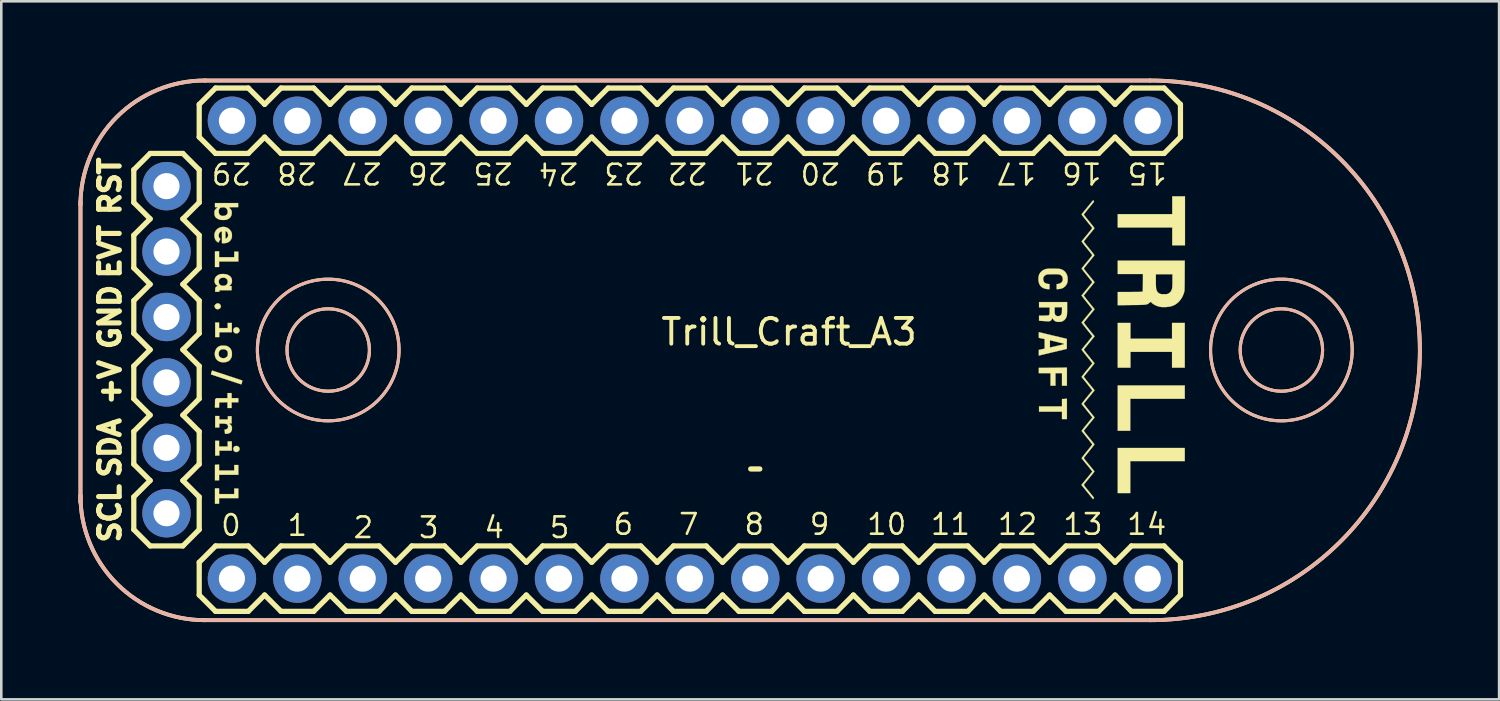
<source format=kicad_pcb>
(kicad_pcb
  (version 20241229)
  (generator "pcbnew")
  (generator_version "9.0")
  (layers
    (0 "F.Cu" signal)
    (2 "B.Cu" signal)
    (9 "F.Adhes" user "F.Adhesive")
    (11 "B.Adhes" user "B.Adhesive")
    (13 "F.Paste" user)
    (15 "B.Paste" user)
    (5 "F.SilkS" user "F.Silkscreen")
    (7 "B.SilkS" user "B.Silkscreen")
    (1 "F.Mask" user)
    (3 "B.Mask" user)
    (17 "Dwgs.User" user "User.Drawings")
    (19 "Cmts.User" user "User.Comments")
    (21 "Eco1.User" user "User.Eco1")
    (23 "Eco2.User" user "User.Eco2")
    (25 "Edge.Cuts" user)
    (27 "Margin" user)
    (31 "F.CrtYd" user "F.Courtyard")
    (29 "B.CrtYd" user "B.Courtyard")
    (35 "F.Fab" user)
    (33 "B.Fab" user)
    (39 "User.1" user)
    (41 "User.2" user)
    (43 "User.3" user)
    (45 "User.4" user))
  (footprint "Trill_Craft_A3"
    (layer "F.Cu")
    (at 26.078 10.553)
    (property "Reference" "Trill_Craft_A3" (at 1.509 -0.713 0) (unlocked yes) (layer "F.SilkS") (effects (font (size 1 1) (thickness 0.15))))
    (attr through_hole)
    (fp_line (start -26.003 -5.779) (end -26.003 5.905) (stroke (width 0.15) (type solid)) (layer "F.SilkS"))
    (fp_line (start -23.933 -5.74) (end -23.933 -7.01) (stroke (width 0.203) (type solid)) (layer "F.SilkS"))
    (fp_line (start -23.933 -4.47) (end -23.298 -5.105) (stroke (width 0.203) (type solid)) (layer "F.SilkS"))
    (fp_line (start -23.933 -3.2) (end -23.933 -4.47) (stroke (width 0.203) (type solid)) (layer "F.SilkS"))
    (fp_line (start -23.933 -1.93) (end -23.298 -2.565) (stroke (width 0.203) (type solid)) (layer "F.SilkS"))
    (fp_line (start -23.933 -0.66) (end -23.933 -1.93) (stroke (width 0.203) (type solid)) (layer "F.SilkS"))
    (fp_line (start -23.933 1.88) (end -23.933 0.61) (stroke (width 0.203) (type solid)) (layer "F.SilkS"))
    (fp_line (start -23.933 3.15) (end -23.298 2.515) (stroke (width 0.203) (type solid)) (layer "F.SilkS"))
    (fp_line (start -23.933 4.42) (end -23.933 3.15) (stroke (width 0.203) (type solid)) (layer "F.SilkS"))
    (fp_line (start -23.933 5.69) (end -23.298 5.055) (stroke (width 0.203) (type solid)) (layer "F.SilkS"))
    (fp_line (start -23.933 6.96) (end -23.933 5.69) (stroke (width 0.203) (type solid)) (layer "F.SilkS"))
    (fp_line (start -23.298 -7.645) (end -23.933 -7.01) (stroke (width 0.203) (type solid)) (layer "F.SilkS"))
    (fp_line (start -23.298 -5.105) (end -23.933 -5.74) (stroke (width 0.203) (type solid)) (layer "F.SilkS"))
    (fp_line (start -23.298 -2.565) (end -23.933 -3.2) (stroke (width 0.203) (type solid)) (layer "F.SilkS"))
    (fp_line (start -23.298 -0.025) (end -23.933 -0.66) (stroke (width 0.203) (type solid)) (layer "F.SilkS"))
    (fp_line (start -23.298 -0.025) (end -23.933 0.61) (stroke (width 0.203) (type solid)) (layer "F.SilkS"))
    (fp_line (start -23.298 2.515) (end -23.933 1.88) (stroke (width 0.203) (type solid)) (layer "F.SilkS"))
    (fp_line (start -23.298 5.055) (end -23.933 4.42) (stroke (width 0.203) (type solid)) (layer "F.SilkS"))
    (fp_line (start -23.298 7.595) (end -23.933 6.96) (stroke (width 0.203) (type solid)) (layer "F.SilkS"))
    (fp_line (start -22.028 -7.645) (end -23.298 -7.645) (stroke (width 0.203) (type solid)) (layer "F.SilkS"))
    (fp_line (start -22.028 -5.105) (end -21.393 -4.47) (stroke (width 0.203) (type solid)) (layer "F.SilkS"))
    (fp_line (start -22.028 -2.565) (end -21.393 -1.93) (stroke (width 0.203) (type solid)) (layer "F.SilkS"))
    (fp_line (start -22.028 2.515) (end -21.393 3.15) (stroke (width 0.203) (type solid)) (layer "F.SilkS"))
    (fp_line (start -22.028 5.055) (end -21.393 5.69) (stroke (width 0.203) (type solid)) (layer "F.SilkS"))
    (fp_line (start -22.028 7.595) (end -23.298 7.595) (stroke (width 0.203) (type solid)) (layer "F.SilkS"))
    (fp_line (start -21.393 -9.55) (end -21.393 -8.28) (stroke (width 0.203) (type solid)) (layer "F.SilkS"))
    (fp_line (start -21.393 -9.55) (end -20.758 -10.185) (stroke (width 0.203) (type solid)) (layer "F.SilkS"))
    (fp_line (start -21.393 -7.01) (end -22.028 -7.645) (stroke (width 0.203) (type solid)) (layer "F.SilkS"))
    (fp_line (start -21.393 -7.01) (end -21.393 -5.74) (stroke (width 0.203) (type solid)) (layer "F.SilkS"))
    (fp_line (start -21.393 -5.74) (end -22.028 -5.105) (stroke (width 0.203) (type solid)) (layer "F.SilkS"))
    (fp_line (start -21.393 -4.47) (end -21.393 -3.2) (stroke (width 0.203) (type solid)) (layer "F.SilkS"))
    (fp_line (start -21.393 -3.2) (end -22.028 -2.565) (stroke (width 0.203) (type solid)) (layer "F.SilkS"))
    (fp_line (start -21.393 -1.93) (end -21.393 -0.66) (stroke (width 0.203) (type solid)) (layer "F.SilkS"))
    (fp_line (start -21.393 -0.66) (end -22.028 -0.025) (stroke (width 0.203) (type solid)) (layer "F.SilkS"))
    (fp_line (start -21.393 0.61) (end -22.028 -0.025) (stroke (width 0.203) (type solid)) (layer "F.SilkS"))
    (fp_line (start -21.393 0.61) (end -21.393 1.88) (stroke (width 0.203) (type solid)) (layer "F.SilkS"))
    (fp_line (start -21.393 1.88) (end -22.028 2.515) (stroke (width 0.203) (type solid)) (layer "F.SilkS"))
    (fp_line (start -21.393 3.15) (end -21.393 4.42) (stroke (width 0.203) (type solid)) (layer "F.SilkS"))
    (fp_line (start -21.393 4.42) (end -22.028 5.055) (stroke (width 0.203) (type solid)) (layer "F.SilkS"))
    (fp_line (start -21.393 5.69) (end -21.393 6.96) (stroke (width 0.203) (type solid)) (layer "F.SilkS"))
    (fp_line (start -21.393 6.96) (end -22.028 7.595) (stroke (width 0.203) (type solid)) (layer "F.SilkS"))
    (fp_line (start -21.393 8.23) (end -21.393 9.5) (stroke (width 0.203) (type solid)) (layer "F.SilkS"))
    (fp_line (start -21.393 9.5) (end -20.758 10.135) (stroke (width 0.203) (type solid)) (layer "F.SilkS"))
    (fp_line (start -21.177 10.477) (end 15.526 10.477) (stroke (width 0.15) (type solid)) (layer "F.SilkS"))
    (fp_line (start -20.758 -10.185) (end -19.488 -10.185) (stroke (width 0.203) (type solid)) (layer "F.SilkS"))
    (fp_line (start -20.758 -7.645) (end -21.393 -8.28) (stroke (width 0.203) (type solid)) (layer "F.SilkS"))
    (fp_line (start -20.758 7.595) (end -21.393 8.23) (stroke (width 0.203) (type solid)) (layer "F.SilkS"))
    (fp_line (start -20.758 7.595) (end -19.488 7.595) (stroke (width 0.203) (type solid)) (layer "F.SilkS"))
    (fp_line (start -19.488 -10.185) (end -18.853 -9.55) (stroke (width 0.203) (type solid)) (layer "F.SilkS"))
    (fp_line (start -19.488 -7.645) (end -20.758 -7.645) (stroke (width 0.203) (type solid)) (layer "F.SilkS"))
    (fp_line (start -19.488 7.595) (end -18.853 8.23) (stroke (width 0.203) (type solid)) (layer "F.SilkS"))
    (fp_line (start -19.488 10.135) (end -20.758 10.135) (stroke (width 0.203) (type solid)) (layer "F.SilkS"))
    (fp_line (start -18.853 -9.55) (end -18.218 -10.185) (stroke (width 0.203) (type solid)) (layer "F.SilkS"))
    (fp_line (start -18.853 -8.28) (end -19.488 -7.645) (stroke (width 0.203) (type solid)) (layer "F.SilkS"))
    (fp_line (start -18.853 8.23) (end -18.218 7.595) (stroke (width 0.203) (type solid)) (layer "F.SilkS"))
    (fp_line (start -18.853 9.5) (end -19.488 10.135) (stroke (width 0.203) (type solid)) (layer "F.SilkS"))
    (fp_line (start -18.218 -10.185) (end -16.948 -10.185) (stroke (width 0.203) (type solid)) (layer "F.SilkS"))
    (fp_line (start -18.218 -7.645) (end -18.853 -8.28) (stroke (width 0.203) (type solid)) (layer "F.SilkS"))
    (fp_line (start -18.218 7.595) (end -16.948 7.595) (stroke (width 0.203) (type solid)) (layer "F.SilkS"))
    (fp_line (start -18.218 10.135) (end -18.853 9.5) (stroke (width 0.203) (type solid)) (layer "F.SilkS"))
    (fp_line (start -16.948 -10.185) (end -16.313 -9.55) (stroke (width 0.203) (type solid)) (layer "F.SilkS"))
    (fp_line (start -16.948 -7.645) (end -18.218 -7.645) (stroke (width 0.203) (type solid)) (layer "F.SilkS"))
    (fp_line (start -16.948 7.595) (end -16.313 8.23) (stroke (width 0.203) (type solid)) (layer "F.SilkS"))
    (fp_line (start -16.948 10.135) (end -18.218 10.135) (stroke (width 0.203) (type solid)) (layer "F.SilkS"))
    (fp_line (start -16.313 -9.55) (end -15.678 -10.185) (stroke (width 0.203) (type solid)) (layer "F.SilkS"))
    (fp_line (start -16.313 -8.28) (end -16.948 -7.645) (stroke (width 0.203) (type solid)) (layer "F.SilkS"))
    (fp_line (start -16.313 8.23) (end -15.678 7.595) (stroke (width 0.203) (type solid)) (layer "F.SilkS"))
    (fp_line (start -16.313 9.5) (end -16.948 10.135) (stroke (width 0.203) (type solid)) (layer "F.SilkS"))
    (fp_line (start -15.678 -10.185) (end -14.408 -10.185) (stroke (width 0.203) (type solid)) (layer "F.SilkS"))
    (fp_line (start -15.678 -7.645) (end -16.313 -8.28) (stroke (width 0.203) (type solid)) (layer "F.SilkS"))
    (fp_line (start -15.678 7.595) (end -14.408 7.595) (stroke (width 0.203) (type solid)) (layer "F.SilkS"))
    (fp_line (start -15.678 10.135) (end -16.313 9.5) (stroke (width 0.203) (type solid)) (layer "F.SilkS"))
    (fp_line (start -14.408 -10.185) (end -13.773 -9.55) (stroke (width 0.203) (type solid)) (layer "F.SilkS"))
    (fp_line (start -14.408 -7.645) (end -15.678 -7.645) (stroke (width 0.203) (type solid)) (layer "F.SilkS"))
    (fp_line (start -14.408 7.595) (end -13.773 8.23) (stroke (width 0.203) (type solid)) (layer "F.SilkS"))
    (fp_line (start -14.408 10.135) (end -15.678 10.135) (stroke (width 0.203) (type solid)) (layer "F.SilkS"))
    (fp_line (start -13.773 -9.55) (end -13.138 -10.185) (stroke (width 0.203) (type solid)) (layer "F.SilkS"))
    (fp_line (start -13.773 -8.28) (end -14.408 -7.645) (stroke (width 0.203) (type solid)) (layer "F.SilkS"))
    (fp_line (start -13.773 9.5) (end -14.408 10.135) (stroke (width 0.203) (type solid)) (layer "F.SilkS"))
    (fp_line (start -13.773 9.5) (end -13.138 10.135) (stroke (width 0.203) (type solid)) (layer "F.SilkS"))
    (fp_line (start -13.138 -10.185) (end -11.868 -10.185) (stroke (width 0.203) (type solid)) (layer "F.SilkS"))
    (fp_line (start -13.138 -7.645) (end -13.773 -8.28) (stroke (width 0.203) (type solid)) (layer "F.SilkS"))
    (fp_line (start -13.138 7.595) (end -13.773 8.23) (stroke (width 0.203) (type solid)) (layer "F.SilkS"))
    (fp_line (start -13.138 7.595) (end -11.868 7.595) (stroke (width 0.203) (type solid)) (layer "F.SilkS"))
    (fp_line (start -11.868 -10.185) (end -11.233 -9.55) (stroke (width 0.203) (type solid)) (layer "F.SilkS"))
    (fp_line (start -11.868 -7.645) (end -13.138 -7.645) (stroke (width 0.203) (type solid)) (layer "F.SilkS"))
    (fp_line (start -11.868 7.595) (end -11.233 8.23) (stroke (width 0.203) (type solid)) (layer "F.SilkS"))
    (fp_line (start -11.868 10.135) (end -13.138 10.135) (stroke (width 0.203) (type solid)) (layer "F.SilkS"))
    (fp_line (start -11.233 -9.55) (end -10.598 -10.185) (stroke (width 0.203) (type solid)) (layer "F.SilkS"))
    (fp_line (start -11.233 -8.28) (end -11.868 -7.645) (stroke (width 0.203) (type solid)) (layer "F.SilkS"))
    (fp_line (start -11.233 8.23) (end -10.598 7.595) (stroke (width 0.203) (type solid)) (layer "F.SilkS"))
    (fp_line (start -11.233 9.5) (end -11.868 10.135) (stroke (width 0.203) (type solid)) (layer "F.SilkS"))
    (fp_line (start -10.598 -10.185) (end -9.328 -10.185) (stroke (width 0.203) (type solid)) (layer "F.SilkS"))
    (fp_line (start -10.598 -7.645) (end -11.233 -8.28) (stroke (width 0.203) (type solid)) (layer "F.SilkS"))
    (fp_line (start -10.598 7.595) (end -9.328 7.595) (stroke (width 0.203) (type solid)) (layer "F.SilkS"))
    (fp_line (start -10.598 10.135) (end -11.233 9.5) (stroke (width 0.203) (type solid)) (layer "F.SilkS"))
    (fp_line (start -9.328 -7.645) (end -10.598 -7.645) (stroke (width 0.203) (type solid)) (layer "F.SilkS"))
    (fp_line (start -9.328 -7.645) (end -8.693 -8.28) (stroke (width 0.203) (type solid)) (layer "F.SilkS"))
    (fp_line (start -9.328 7.595) (end -8.693 8.23) (stroke (width 0.203) (type solid)) (layer "F.SilkS"))
    (fp_line (start -9.328 10.135) (end -10.598 10.135) (stroke (width 0.203) (type solid)) (layer "F.SilkS"))
    (fp_line (start -8.693 -9.55) (end -9.328 -10.185) (stroke (width 0.203) (type solid)) (layer "F.SilkS"))
    (fp_line (start -8.693 -9.55) (end -8.058 -10.185) (stroke (width 0.203) (type solid)) (layer "F.SilkS"))
    (fp_line (start -8.693 8.23) (end -8.058 7.595) (stroke (width 0.203) (type solid)) (layer "F.SilkS"))
    (fp_line (start -8.693 9.5) (end -9.328 10.135) (stroke (width 0.203) (type solid)) (layer "F.SilkS"))
    (fp_line (start -8.058 -10.185) (end -6.788 -10.185) (stroke (width 0.203) (type solid)) (layer "F.SilkS"))
    (fp_line (start -8.058 -7.645) (end -8.693 -8.28) (stroke (width 0.203) (type solid)) (layer "F.SilkS"))
    (fp_line (start -8.058 7.595) (end -6.788 7.595) (stroke (width 0.203) (type solid)) (layer "F.SilkS"))
    (fp_line (start -8.058 10.135) (end -8.693 9.5) (stroke (width 0.203) (type solid)) (layer "F.SilkS"))
    (fp_line (start -6.788 -10.185) (end -6.153 -9.55) (stroke (width 0.203) (type solid)) (layer "F.SilkS"))
    (fp_line (start -6.788 -7.645) (end -8.058 -7.645) (stroke (width 0.203) (type solid)) (layer "F.SilkS"))
    (fp_line (start -6.788 7.595) (end -6.153 8.23) (stroke (width 0.203) (type solid)) (layer "F.SilkS"))
    (fp_line (start -6.788 10.135) (end -8.058 10.135) (stroke (width 0.203) (type solid)) (layer "F.SilkS"))
    (fp_line (start -6.153 -9.55) (end -5.518 -10.185) (stroke (width 0.203) (type solid)) (layer "F.SilkS"))
    (fp_line (start -6.153 -8.28) (end -6.788 -7.645) (stroke (width 0.203) (type solid)) (layer "F.SilkS"))
    (fp_line (start -6.153 9.5) (end -6.788 10.135) (stroke (width 0.203) (type solid)) (layer "F.SilkS"))
    (fp_line (start -6.153 9.5) (end -5.518 10.135) (stroke (width 0.203) (type solid)) (layer "F.SilkS"))
    (fp_line (start -5.518 -10.185) (end -4.248 -10.185) (stroke (width 0.203) (type solid)) (layer "F.SilkS"))
    (fp_line (start -5.518 -7.645) (end -6.153 -8.28) (stroke (width 0.203) (type solid)) (layer "F.SilkS"))
    (fp_line (start -5.518 7.595) (end -6.153 8.23) (stroke (width 0.203) (type solid)) (layer "F.SilkS"))
    (fp_line (start -5.518 7.595) (end -4.248 7.595) (stroke (width 0.203) (type solid)) (layer "F.SilkS"))
    (fp_line (start -4.248 -10.185) (end -3.613 -9.55) (stroke (width 0.203) (type solid)) (layer "F.SilkS"))
    (fp_line (start -4.248 -7.645) (end -5.518 -7.645) (stroke (width 0.203) (type solid)) (layer "F.SilkS"))
    (fp_line (start -4.248 7.595) (end -3.613 8.23) (stroke (width 0.203) (type solid)) (layer "F.SilkS"))
    (fp_line (start -4.248 10.135) (end -5.518 10.135) (stroke (width 0.203) (type solid)) (layer "F.SilkS"))
    (fp_line (start -3.613 -9.55) (end -2.978 -10.185) (stroke (width 0.203) (type solid)) (layer "F.SilkS"))
    (fp_line (start -3.613 -8.28) (end -4.248 -7.645) (stroke (width 0.203) (type solid)) (layer "F.SilkS"))
    (fp_line (start -3.613 9.5) (end -4.248 10.135) (stroke (width 0.203) (type solid)) (layer "F.SilkS"))
    (fp_line (start -3.613 9.5) (end -2.978 10.135) (stroke (width 0.203) (type solid)) (layer "F.SilkS"))
    (fp_line (start -2.978 -10.185) (end -1.708 -10.185) (stroke (width 0.203) (type solid)) (layer "F.SilkS"))
    (fp_line (start -2.978 -7.645) (end -3.613 -8.28) (stroke (width 0.203) (type solid)) (layer "F.SilkS"))
    (fp_line (start -2.978 7.595) (end -3.613 8.23) (stroke (width 0.203) (type solid)) (layer "F.SilkS"))
    (fp_line (start -2.978 7.595) (end -1.708 7.595) (stroke (width 0.203) (type solid)) (layer "F.SilkS"))
    (fp_line (start -1.708 -7.645) (end -2.978 -7.645) (stroke (width 0.203) (type solid)) (layer "F.SilkS"))
    (fp_line (start -1.708 -7.645) (end -1.073 -8.28) (stroke (width 0.203) (type solid)) (layer "F.SilkS"))
    (fp_line (start -1.708 7.595) (end -1.073 8.23) (stroke (width 0.203) (type solid)) (layer "F.SilkS"))
    (fp_line (start -1.708 10.135) (end -2.978 10.135) (stroke (width 0.203) (type solid)) (layer "F.SilkS"))
    (fp_line (start -1.073 -9.55) (end -1.708 -10.185) (stroke (width 0.203) (type solid)) (layer "F.SilkS"))
    (fp_line (start -1.073 -9.55) (end -0.438 -10.185) (stroke (width 0.203) (type solid)) (layer "F.SilkS"))
    (fp_line (start -1.073 8.23) (end -0.438 7.595) (stroke (width 0.203) (type solid)) (layer "F.SilkS"))
    (fp_line (start -1.073 9.5) (end -1.708 10.135) (stroke (width 0.203) (type solid)) (layer "F.SilkS"))
    (fp_line (start -0.438 -10.185) (end 0.832 -10.185) (stroke (width 0.203) (type solid)) (layer "F.SilkS"))
    (fp_line (start -0.438 -7.645) (end -1.073 -8.28) (stroke (width 0.203) (type solid)) (layer "F.SilkS"))
    (fp_line (start -0.438 7.595) (end 0.832 7.595) (stroke (width 0.203) (type solid)) (layer "F.SilkS"))
    (fp_line (start -0.438 10.135) (end -1.073 9.5) (stroke (width 0.203) (type solid)) (layer "F.SilkS"))
    (fp_line (start 0.374 4.606) (end 0.02 4.606) (stroke (width 0.203) (type solid)) (layer "F.SilkS"))
    (fp_line (start 0.832 -7.645) (end -0.438 -7.645) (stroke (width 0.203) (type solid)) (layer "F.SilkS"))
    (fp_line (start 0.832 -7.645) (end 1.467 -8.28) (stroke (width 0.203) (type solid)) (layer "F.SilkS"))
    (fp_line (start 0.832 7.595) (end 1.467 8.23) (stroke (width 0.203) (type solid)) (layer "F.SilkS"))
    (fp_line (start 0.832 10.135) (end -0.438 10.135) (stroke (width 0.203) (type solid)) (layer "F.SilkS"))
    (fp_line (start 1.467 -9.55) (end 0.832 -10.185) (stroke (width 0.203) (type solid)) (layer "F.SilkS"))
    (fp_line (start 1.467 -9.55) (end 2.102 -10.185) (stroke (width 0.203) (type solid)) (layer "F.SilkS"))
    (fp_line (start 1.467 8.23) (end 2.102 7.595) (stroke (width 0.203) (type solid)) (layer "F.SilkS"))
    (fp_line (start 1.467 9.5) (end 0.832 10.135) (stroke (width 0.203) (type solid)) (layer "F.SilkS"))
    (fp_line (start 2.102 -10.185) (end 3.372 -10.185) (stroke (width 0.203) (type solid)) (layer "F.SilkS"))
    (fp_line (start 2.102 -7.645) (end 1.467 -8.28) (stroke (width 0.203) (type solid)) (layer "F.SilkS"))
    (fp_line (start 2.102 7.595) (end 3.372 7.595) (stroke (width 0.203) (type solid)) (layer "F.SilkS"))
    (fp_line (start 2.102 10.135) (end 1.467 9.5) (stroke (width 0.203) (type solid)) (layer "F.SilkS"))
    (fp_line (start 3.372 -10.185) (end 4.007 -9.55) (stroke (width 0.203) (type solid)) (layer "F.SilkS"))
    (fp_line (start 3.372 -7.645) (end 2.102 -7.645) (stroke (width 0.203) (type solid)) (layer "F.SilkS"))
    (fp_line (start 3.372 7.595) (end 4.007 8.23) (stroke (width 0.203) (type solid)) (layer "F.SilkS"))
    (fp_line (start 3.372 10.135) (end 2.102 10.135) (stroke (width 0.203) (type solid)) (layer "F.SilkS"))
    (fp_line (start 4.007 -9.55) (end 4.642 -10.185) (stroke (width 0.203) (type solid)) (layer "F.SilkS"))
    (fp_line (start 4.007 -8.28) (end 3.372 -7.645) (stroke (width 0.203) (type solid)) (layer "F.SilkS"))
    (fp_line (start 4.007 9.5) (end 3.372 10.135) (stroke (width 0.203) (type solid)) (layer "F.SilkS"))
    (fp_line (start 4.007 9.5) (end 4.642 10.135) (stroke (width 0.203) (type solid)) (layer "F.SilkS"))
    (fp_line (start 4.642 -10.185) (end 5.912 -10.185) (stroke (width 0.203) (type solid)) (layer "F.SilkS"))
    (fp_line (start 4.642 -7.645) (end 4.007 -8.28) (stroke (width 0.203) (type solid)) (layer "F.SilkS"))
    (fp_line (start 4.642 7.595) (end 4.007 8.23) (stroke (width 0.203) (type solid)) (layer "F.SilkS"))
    (fp_line (start 4.642 7.595) (end 5.912 7.595) (stroke (width 0.203) (type solid)) (layer "F.SilkS"))
    (fp_line (start 5.912 -10.185) (end 6.547 -9.55) (stroke (width 0.203) (type solid)) (layer "F.SilkS"))
    (fp_line (start 5.912 -7.645) (end 4.642 -7.645) (stroke (width 0.203) (type solid)) (layer "F.SilkS"))
    (fp_line (start 5.912 7.595) (end 6.547 8.23) (stroke (width 0.203) (type solid)) (layer "F.SilkS"))
    (fp_line (start 5.912 10.135) (end 4.642 10.135) (stroke (width 0.203) (type solid)) (layer "F.SilkS"))
    (fp_line (start 6.547 -9.55) (end 7.182 -10.185) (stroke (width 0.203) (type solid)) (layer "F.SilkS"))
    (fp_line (start 6.547 -8.28) (end 5.912 -7.645) (stroke (width 0.203) (type solid)) (layer "F.SilkS"))
    (fp_line (start 6.547 8.23) (end 7.182 7.595) (stroke (width 0.203) (type solid)) (layer "F.SilkS"))
    (fp_line (start 6.547 9.5) (end 5.912 10.135) (stroke (width 0.203) (type solid)) (layer "F.SilkS"))
    (fp_line (start 7.182 -10.185) (end 8.452 -10.185) (stroke (width 0.203) (type solid)) (layer "F.SilkS"))
    (fp_line (start 7.182 -7.645) (end 6.547 -8.28) (stroke (width 0.203) (type solid)) (layer "F.SilkS"))
    (fp_line (start 7.182 7.595) (end 8.452 7.595) (stroke (width 0.203) (type solid)) (layer "F.SilkS"))
    (fp_line (start 7.182 10.135) (end 6.547 9.5) (stroke (width 0.203) (type solid)) (layer "F.SilkS"))
    (fp_line (start 8.452 -7.645) (end 7.182 -7.645) (stroke (width 0.203) (type solid)) (layer "F.SilkS"))
    (fp_line (start 8.452 -7.645) (end 9.087 -8.28) (stroke (width 0.203) (type solid)) (layer "F.SilkS"))
    (fp_line (start 8.452 7.595) (end 9.087 8.23) (stroke (width 0.203) (type solid)) (layer "F.SilkS"))
    (fp_line (start 8.452 10.135) (end 7.182 10.135) (stroke (width 0.203) (type solid)) (layer "F.SilkS"))
    (fp_line (start 9.087 -9.55) (end 8.452 -10.185) (stroke (width 0.203) (type solid)) (layer "F.SilkS"))
    (fp_line (start 9.087 -9.55) (end 9.722 -10.185) (stroke (width 0.203) (type solid)) (layer "F.SilkS"))
    (fp_line (start 9.087 8.23) (end 9.722 7.595) (stroke (width 0.203) (type solid)) (layer "F.SilkS"))
    (fp_line (start 9.087 9.5) (end 8.452 10.135) (stroke (width 0.203) (type solid)) (layer "F.SilkS"))
    (fp_line (start 9.722 -10.185) (end 10.992 -10.185) (stroke (width 0.203) (type solid)) (layer "F.SilkS"))
    (fp_line (start 9.722 -7.645) (end 9.087 -8.28) (stroke (width 0.203) (type solid)) (layer "F.SilkS"))
    (fp_line (start 9.722 7.595) (end 10.992 7.595) (stroke (width 0.203) (type solid)) (layer "F.SilkS"))
    (fp_line (start 9.722 10.135) (end 9.087 9.5) (stroke (width 0.203) (type solid)) (layer "F.SilkS"))
    (fp_line (start 10.992 -10.185) (end 11.627 -9.55) (stroke (width 0.203) (type solid)) (layer "F.SilkS"))
    (fp_line (start 10.992 -7.645) (end 9.722 -7.645) (stroke (width 0.203) (type solid)) (layer "F.SilkS"))
    (fp_line (start 10.992 7.595) (end 11.627 8.23) (stroke (width 0.203) (type solid)) (layer "F.SilkS"))
    (fp_line (start 10.992 10.135) (end 9.722 10.135) (stroke (width 0.203) (type solid)) (layer "F.SilkS"))
    (fp_line (start 11.627 -9.55) (end 12.262 -10.185) (stroke (width 0.203) (type solid)) (layer "F.SilkS"))
    (fp_line (start 11.627 -8.28) (end 10.992 -7.645) (stroke (width 0.203) (type solid)) (layer "F.SilkS"))
    (fp_line (start 11.627 8.23) (end 12.262 7.595) (stroke (width 0.203) (type solid)) (layer "F.SilkS"))
    (fp_line (start 11.627 9.5) (end 10.992 10.135) (stroke (width 0.203) (type solid)) (layer "F.SilkS"))
    (fp_line (start 12.262 -10.185) (end 13.532 -10.185) (stroke (width 0.203) (type solid)) (layer "F.SilkS"))
    (fp_line (start 12.262 -7.645) (end 11.627 -8.28) (stroke (width 0.203) (type solid)) (layer "F.SilkS"))
    (fp_line (start 12.262 7.595) (end 13.532 7.595) (stroke (width 0.203) (type solid)) (layer "F.SilkS"))
    (fp_line (start 12.262 10.135) (end 11.627 9.5) (stroke (width 0.203) (type solid)) (layer "F.SilkS"))
    (fp_line (start 13.532 -10.185) (end 14.167 -9.55) (stroke (width 0.203) (type solid)) (layer "F.SilkS"))
    (fp_line (start 13.532 -7.645) (end 12.262 -7.645) (stroke (width 0.203) (type solid)) (layer "F.SilkS"))
    (fp_line (start 13.532 7.595) (end 14.167 8.23) (stroke (width 0.203) (type solid)) (layer "F.SilkS"))
    (fp_line (start 13.532 10.135) (end 12.262 10.135) (stroke (width 0.203) (type solid)) (layer "F.SilkS"))
    (fp_line (start 14.167 -9.55) (end 14.802 -10.185) (stroke (width 0.203) (type solid)) (layer "F.SilkS"))
    (fp_line (start 14.167 -8.28) (end 13.532 -7.645) (stroke (width 0.203) (type solid)) (layer "F.SilkS"))
    (fp_line (start 14.167 8.23) (end 14.802 7.595) (stroke (width 0.203) (type solid)) (layer "F.SilkS"))
    (fp_line (start 14.167 9.5) (end 13.532 10.135) (stroke (width 0.203) (type solid)) (layer "F.SilkS"))
    (fp_line (start 14.802 -10.185) (end 16.072 -10.185) (stroke (width 0.203) (type solid)) (layer "F.SilkS"))
    (fp_line (start 14.802 -7.645) (end 14.167 -8.28) (stroke (width 0.203) (type solid)) (layer "F.SilkS"))
    (fp_line (start 14.802 7.595) (end 16.072 7.595) (stroke (width 0.203) (type solid)) (layer "F.SilkS"))
    (fp_line (start 14.802 10.135) (end 14.167 9.5) (stroke (width 0.203) (type solid)) (layer "F.SilkS"))
    (fp_line (start 15.526 -10.477) (end -21.177 -10.477) (stroke (width 0.15) (type solid)) (layer "F.SilkS"))
    (fp_line (start 16.072 -7.645) (end 14.802 -7.645) (stroke (width 0.203) (type solid)) (layer "F.SilkS"))
    (fp_line (start 16.072 -7.645) (end 16.707 -8.28) (stroke (width 0.203) (type solid)) (layer "F.SilkS"))
    (fp_line (start 16.072 7.595) (end 16.707 8.23) (stroke (width 0.203) (type solid)) (layer "F.SilkS"))
    (fp_line (start 16.072 10.135) (end 14.802 10.135) (stroke (width 0.203) (type solid)) (layer "F.SilkS"))
    (fp_line (start 16.707 -9.55) (end 16.072 -10.185) (stroke (width 0.203) (type solid)) (layer "F.SilkS"))
    (fp_line (start 16.707 -8.28) (end 16.707 -9.55) (stroke (width 0.203) (type solid)) (layer "F.SilkS"))
    (fp_line (start 16.707 9.5) (end 16.072 10.135) (stroke (width 0.203) (type solid)) (layer "F.SilkS"))
    (fp_line (start 16.707 9.5) (end 16.707 8.23) (stroke (width 0.203) (type solid)) (layer "F.SilkS"))
    (fp_arc (start -26.003217 -5.651631) (mid -24.580656 -9.073059) (end -21.15175 -10.4775) (stroke (width 0.15) (type solid)) (layer "F.SilkS"))
    (fp_arc (start -21.177281 10.477567) (mid -24.598757 9.054987) (end -26.003217 5.626033) (stroke (width 0.15) (type solid)) (layer "F.SilkS"))
    (fp_arc (start 15.525783 -10.4775) (mid 26.003285 0.000001) (end 15.525783 10.4775) (stroke (width 0.15) (type solid)) (layer "F.SilkS"))
    (fp_circle (center -16.384 -0.013) (end -14.784 -0.013) (stroke (width 0.12) (type solid)) (fill no) (layer "F.SilkS"))
    (fp_circle (center -16.384 -0.013) (end -13.634 -0.013) (stroke (width 0.12) (type solid)) (fill no) (layer "F.SilkS"))
    (fp_circle (center 20.626 -0.013) (end 22.226 -0.013) (stroke (width 0.12) (type solid)) (fill no) (layer "F.SilkS"))
    (fp_circle (center 20.626 -0.013) (end 23.376 -0.013) (stroke (width 0.12) (type solid)) (fill no) (layer "F.SilkS"))
    (fp_poly (pts (xy 16.874 1.881) (xy 14.757 1.881) (xy 14.757 3.123) (xy 14.272 3.123) (xy 14.272 1.364) (xy 16.874 1.364) (xy 16.874 1.881)) (stroke (width 0.01) (type solid)) (fill yes) (layer "F.SilkS"))
    (fp_poly (pts (xy 16.874 4.3) (xy 14.757 4.3) (xy 14.757 5.542) (xy 14.272 5.542) (xy 14.272 3.791) (xy 16.874 3.791) (xy 16.874 4.3)) (stroke (width 0.01) (type solid)) (fill yes) (layer "F.SilkS"))
    (fp_poly (pts (xy 16.882 -4.079) (xy 16.388 -4.079) (xy 16.388 -4.771) (xy 14.272 -4.771) (xy 14.272 -5.288) (xy 16.388 -5.288) (xy 16.388 -5.981) (xy 16.882 -5.981) (xy 16.882 -4.079)) (stroke (width 0.01) (type solid)) (fill yes) (layer "F.SilkS"))
    (fp_poly (pts (xy -20.622 -0.864) (xy -20.287 -0.864) (xy -20.287 -1.063) (xy -20.128 -1.063) (xy -20.128 -0.705) (xy -20.614 -0.705) (xy -20.614 -0.514) (xy -20.773 -0.514) (xy -20.773 -1.079) (xy -20.622 -1.079) (xy -20.622 -0.864)) (stroke (width 0.01) (type solid)) (fill yes) (layer "F.SilkS"))
    (fp_poly (pts (xy -20.622 3.735) (xy -20.287 3.735) (xy -20.287 3.536) (xy -20.128 3.536) (xy -20.128 3.894) (xy -20.614 3.894) (xy -20.614 4.085) (xy -20.773 4.085) (xy -20.773 3.512) (xy -20.622 3.512) (xy -20.622 3.735)) (stroke (width 0.01) (type solid)) (fill yes) (layer "F.SilkS"))
    (fp_poly (pts (xy -20.622 5.581) (xy -20.033 5.581) (xy -20.033 5.366) (xy -19.874 5.366) (xy -19.874 5.74) (xy -20.622 5.74) (xy -20.622 5.955) (xy -20.781 5.955) (xy -20.781 5.359) (xy -20.622 5.359) (xy -20.622 5.581)) (stroke (width 0.01) (type solid)) (fill yes) (layer "F.SilkS"))
    (fp_poly (pts (xy 12.298 2.669) (xy 12.107 2.669) (xy 12.107 2.382) (xy 11.216 2.382) (xy 11.216 2.176) (xy 12.107 2.176) (xy 12.107 1.889) (xy 12.149 1.889) (xy 12.18 1.888) (xy 12.218 1.886) (xy 12.244 1.884) (xy 12.298 1.879) (xy 12.298 2.669)) (stroke (width 0.01) (type solid)) (fill yes) (layer "F.SilkS"))
    (fp_poly (pts (xy 14.765 -0.45) (xy 16.38 -0.45) (xy 16.38 -1.063) (xy 16.874 -1.063) (xy 16.874 0.672) (xy 16.38 0.672) (xy 16.38 0.059) (xy 14.765 0.059) (xy 14.765 0.672) (xy 14.272 0.672) (xy 14.272 -1.063) (xy 14.765 -1.063) (xy 14.765 -0.45)) (stroke (width 0.01) (type solid)) (fill yes) (layer "F.SilkS"))
    (fp_poly (pts (xy -20.622 -3.617) (xy -20.033 -3.617) (xy -20.033 -3.832) (xy -19.874 -3.832) (xy -19.874 -3.45) (xy -20.622 -3.45) (xy -20.622 -3.235) (xy -20.781 -3.235) (xy -20.781 -3.838) (xy -20.727 -3.843) (xy -20.695 -3.846) (xy -20.665 -3.848) (xy -20.647 -3.848) (xy -20.622 -3.848) (xy -20.622 -3.617)) (stroke (width 0.01) (type solid)) (fill yes) (layer "F.SilkS"))
    (fp_poly (pts (xy -20.622 4.666) (xy -20.033 4.666) (xy -20.033 4.451) (xy -19.874 4.451) (xy -19.874 4.833) (xy -20.622 4.833) (xy -20.622 5.048) (xy -20.781 5.048) (xy -20.781 4.443) (xy -20.755 4.443) (xy -20.733 4.443) (xy -20.703 4.441) (xy -20.675 4.438) (xy -20.622 4.433) (xy -20.622 4.666)) (stroke (width 0.01) (type solid)) (fill yes) (layer "F.SilkS"))
    (fp_poly (pts (xy 12.298 1.372) (xy 12.107 1.372) (xy 12.107 0.886) (xy 11.853 0.886) (xy 11.853 1.372) (xy 11.662 1.372) (xy 11.662 0.886) (xy 11.208 0.886) (xy 11.208 0.68) (xy 11.453 0.68) (xy 11.523 0.679) (xy 11.605 0.679) (xy 11.694 0.678) (xy 11.786 0.677) (xy 11.877 0.676) (xy 11.963 0.675) (xy 11.998 0.674) (xy 12.298 0.669) (xy 12.298 1.372)) (stroke (width 0.01) (type solid)) (fill yes) (layer "F.SilkS"))
    (fp_poly (pts (xy -20.136 1.857) (xy -19.874 1.857) (xy -19.874 2.016) (xy -20.136 2.016) (xy -20.136 2.239) (xy -20.295 2.239) (xy -20.295 2.016) (xy -20.456 2.018) (xy -20.618 2.02) (xy -20.62 2.122) (xy -20.622 2.223) (xy -20.782 2.223) (xy -20.779 2.064) (xy -20.777 1.904) (xy -20.751 1.88) (xy -20.725 1.857) (xy -20.295 1.857) (xy -20.295 1.658) (xy -20.136 1.658) (xy -20.136 1.857)) (stroke (width 0.01) (type solid)) (fill yes) (layer "F.SilkS"))
    (fp_poly (pts (xy -20.647 -1.823) (xy -20.61 -1.806) (xy -20.577 -1.774) (xy -20.576 -1.773) (xy -20.555 -1.736) (xy -20.55 -1.7) (xy -20.561 -1.665) (xy -20.566 -1.655) (xy -20.594 -1.625) (xy -20.629 -1.604) (xy -20.669 -1.596) (xy -20.709 -1.599) (xy -20.738 -1.611) (xy -20.769 -1.639) (xy -20.789 -1.675) (xy -20.797 -1.716) (xy -20.795 -1.737) (xy -20.788 -1.754) (xy -20.773 -1.772) (xy -20.763 -1.784) (xy -20.725 -1.812) (xy -20.686 -1.825) (xy -20.647 -1.823)) (stroke (width 0.01) (type solid)) (fill yes) (layer "F.SilkS"))
    (fp_poly (pts (xy -19.91 -0.891) (xy -19.878 -0.874) (xy -19.848 -0.844) (xy -19.846 -0.84) (xy -19.829 -0.805) (xy -19.825 -0.769) (xy -19.834 -0.733) (xy -19.853 -0.702) (xy -19.882 -0.677) (xy -19.918 -0.661) (xy -19.949 -0.657) (xy -19.992 -0.663) (xy -20.015 -0.674) (xy -20.047 -0.702) (xy -20.066 -0.736) (xy -20.073 -0.772) (xy -20.068 -0.808) (xy -20.053 -0.841) (xy -20.029 -0.869) (xy -19.996 -0.888) (xy -19.954 -0.896) (xy -19.949 -0.896) (xy -19.91 -0.891)) (stroke (width 0.01) (type solid)) (fill yes) (layer "F.SilkS"))
    (fp_poly (pts (xy -19.906 3.718) (xy -19.87 3.738) (xy -19.843 3.767) (xy -19.828 3.806) (xy -19.826 3.833) (xy -19.828 3.858) (xy -19.835 3.877) (xy -19.851 3.898) (xy -19.854 3.902) (xy -19.889 3.931) (xy -19.928 3.947) (xy -19.969 3.949) (xy -20.007 3.936) (xy -20.041 3.91) (xy -20.062 3.878) (xy -20.072 3.843) (xy -20.07 3.807) (xy -20.058 3.773) (xy -20.036 3.744) (xy -20.006 3.723) (xy -19.967 3.712) (xy -19.951 3.711) (xy -19.906 3.718)) (stroke (width 0.01) (type solid)) (fill yes) (layer "F.SilkS"))
    (fp_poly (pts (xy -20.614 2.685) (xy -20.279 2.685) (xy -20.279 2.558) (xy -20.136 2.558) (xy -20.136 2.836) (xy -20.18 2.836) (xy -20.208 2.838) (xy -20.223 2.845) (xy -20.223 2.855) (xy -20.207 2.868) (xy -20.202 2.871) (xy -20.164 2.899) (xy -20.138 2.938) (xy -20.123 2.987) (xy -20.12 3.028) (xy -20.124 3.08) (xy -20.135 3.121) (xy -20.157 3.157) (xy -20.176 3.179) (xy -20.201 3.202) (xy -20.227 3.218) (xy -20.258 3.229) (xy -20.299 3.236) (xy -20.332 3.239) (xy -20.389 3.244) (xy -20.393 3.217) (xy -20.396 3.195) (xy -20.4 3.164) (xy -20.403 3.132) (xy -20.409 3.075) (xy -20.386 3.075) (xy -20.354 3.069) (xy -20.323 3.055) (xy -20.297 3.036) (xy -20.284 3.02) (xy -20.273 2.984) (xy -20.273 2.944) (xy -20.284 2.908) (xy -20.29 2.899) (xy -20.305 2.88) (xy -20.325 2.866) (xy -20.351 2.856) (xy -20.386 2.849) (xy -20.432 2.846) (xy -20.491 2.844) (xy -20.496 2.844) (xy -20.614 2.844) (xy -20.614 2.995) (xy -20.773 2.995) (xy -20.773 2.55) (xy -20.614 2.55) (xy -20.614 2.685)) (stroke (width 0.01) (type solid)) (fill yes) (layer "F.SilkS"))
    (fp_poly (pts (xy -20.878 0.789) (xy -20.855 0.797) (xy -20.819 0.809) (xy -20.772 0.824) (xy -20.715 0.843) (xy -20.648 0.865) (xy -20.573 0.89) (xy -20.492 0.916) (xy -20.404 0.945) (xy -20.313 0.975) (xy -20.302 0.979) (xy -20.21 1.009) (xy -20.122 1.038) (xy -20.04 1.065) (xy -19.965 1.09) (xy -19.897 1.112) (xy -19.839 1.132) (xy -19.791 1.148) (xy -19.754 1.161) (xy -19.73 1.169) (xy -19.72 1.173) (xy -19.72 1.173) (xy -19.719 1.182) (xy -19.723 1.202) (xy -19.729 1.229) (xy -19.736 1.258) (xy -19.743 1.286) (xy -19.75 1.308) (xy -19.756 1.32) (xy -19.756 1.321) (xy -19.764 1.318) (xy -19.785 1.312) (xy -19.82 1.301) (xy -19.866 1.286) (xy -19.923 1.268) (xy -19.989 1.246) (xy -20.063 1.222) (xy -20.144 1.195) (xy -20.231 1.167) (xy -20.323 1.137) (xy -20.345 1.129) (xy -20.438 1.099) (xy -20.527 1.07) (xy -20.609 1.042) (xy -20.685 1.017) (xy -20.754 0.994) (xy -20.813 0.975) (xy -20.862 0.958) (xy -20.899 0.946) (xy -20.924 0.937) (xy -20.935 0.933) (xy -20.936 0.933) (xy -20.936 0.924) (xy -20.932 0.904) (xy -20.924 0.878) (xy -20.915 0.849) (xy -20.905 0.822) (xy -20.896 0.8) (xy -20.889 0.788) (xy -20.887 0.786) (xy -20.878 0.789)) (stroke (width 0.01) (type solid)) (fill yes) (layer "F.SilkS"))
    (fp_poly (pts (xy 11.23 -0.7) (xy 11.241 -0.697) (xy 11.267 -0.691) (xy 11.305 -0.682) (xy 11.355 -0.67) (xy 11.415 -0.656) (xy 11.483 -0.639) (xy 11.56 -0.621) (xy 11.642 -0.601) (xy 11.729 -0.58) (xy 11.773 -0.57) (xy 12.294 -0.446) (xy 12.294 -0.057) (xy 11.773 0.067) (xy 11.684 0.088) (xy 11.599 0.109) (xy 11.52 0.128) (xy 11.447 0.145) (xy 11.383 0.16) (xy 11.328 0.173) (xy 11.284 0.184) (xy 11.252 0.192) (xy 11.234 0.196) (xy 11.23 0.197) (xy 11.208 0.202) (xy 11.208 -0.017) (xy 11.435 -0.065) (xy 11.435 -0.108) (xy 11.638 -0.108) (xy 11.66 -0.113) (xy 11.673 -0.117) (xy 11.699 -0.123) (xy 11.737 -0.131) (xy 11.784 -0.142) (xy 11.839 -0.155) (xy 11.898 -0.168) (xy 11.932 -0.176) (xy 12.005 -0.193) (xy 12.063 -0.207) (xy 12.109 -0.218) (xy 12.142 -0.227) (xy 12.165 -0.234) (xy 12.179 -0.24) (xy 12.185 -0.245) (xy 12.185 -0.246) (xy 12.181 -0.256) (xy 12.163 -0.265) (xy 12.157 -0.267) (xy 12.142 -0.271) (xy 12.114 -0.278) (xy 12.075 -0.287) (xy 12.028 -0.299) (xy 11.976 -0.311) (xy 11.921 -0.325) (xy 11.865 -0.338) (xy 11.812 -0.351) (xy 11.763 -0.363) (xy 11.722 -0.373) (xy 11.69 -0.381) (xy 11.683 -0.382) (xy 11.638 -0.393) (xy 11.638 -0.108) (xy 11.435 -0.108) (xy 11.435 -0.438) (xy 11.321 -0.462) (xy 11.208 -0.486) (xy 11.208 -0.705) (xy 11.23 -0.7)) (stroke (width 0.01) (type solid)) (fill yes) (layer "F.SilkS"))
    (fp_poly (pts (xy -20.426 -4.793) (xy -20.358 -4.78) (xy -20.293 -4.753) (xy -20.236 -4.714) (xy -20.187 -4.664) (xy -20.15 -4.605) (xy -20.15 -4.605) (xy -20.137 -4.575) (xy -20.129 -4.548) (xy -20.124 -4.517) (xy -20.122 -4.48) (xy -20.122 -4.418) (xy -20.131 -4.367) (xy -20.148 -4.321) (xy -20.175 -4.277) (xy -20.217 -4.23) (xy -20.268 -4.196) (xy -20.33 -4.172) (xy -20.402 -4.161) (xy -20.448 -4.159) (xy -20.51 -4.159) (xy -20.51 -4.334) (xy -20.375 -4.334) (xy -20.352 -4.342) (xy -20.334 -4.353) (xy -20.313 -4.372) (xy -20.3 -4.387) (xy -20.284 -4.409) (xy -20.275 -4.428) (xy -20.272 -4.45) (xy -20.271 -4.475) (xy -20.278 -4.528) (xy -20.297 -4.573) (xy -20.327 -4.608) (xy -20.353 -4.625) (xy -20.375 -4.636) (xy -20.375 -4.334) (xy -20.51 -4.334) (xy -20.51 -4.393) (xy -20.51 -4.453) (xy -20.511 -4.506) (xy -20.511 -4.553) (xy -20.511 -4.59) (xy -20.512 -4.615) (xy -20.513 -4.627) (xy -20.513 -4.628) (xy -20.529 -4.623) (xy -20.551 -4.612) (xy -20.574 -4.597) (xy -20.591 -4.583) (xy -20.618 -4.546) (xy -20.633 -4.507) (xy -20.637 -4.461) (xy -20.633 -4.411) (xy -20.619 -4.372) (xy -20.597 -4.347) (xy -20.594 -4.345) (xy -20.58 -4.333) (xy -20.574 -4.323) (xy -20.578 -4.312) (xy -20.588 -4.292) (xy -20.603 -4.264) (xy -20.612 -4.248) (xy -20.65 -4.183) (xy -20.67 -4.196) (xy -20.686 -4.208) (xy -20.708 -4.227) (xy -20.727 -4.245) (xy -20.748 -4.267) (xy -20.763 -4.288) (xy -20.775 -4.315) (xy -20.786 -4.347) (xy -20.802 -4.422) (xy -20.803 -4.493) (xy -20.79 -4.56) (xy -20.765 -4.621) (xy -20.728 -4.675) (xy -20.681 -4.72) (xy -20.625 -4.756) (xy -20.56 -4.781) (xy -20.488 -4.793) (xy -20.426 -4.793)) (stroke (width 0.01) (type solid)) (fill yes) (layer "F.SilkS"))
    (fp_poly (pts (xy -20.401 -0.182) (xy -20.354 -0.177) (xy -20.316 -0.167) (xy -20.281 -0.151) (xy -20.245 -0.128) (xy -20.239 -0.123) (xy -20.191 -0.08) (xy -20.157 -0.03) (xy -20.134 0.028) (xy -20.123 0.095) (xy -20.122 0.164) (xy -20.125 0.204) (xy -20.129 0.232) (xy -20.135 0.257) (xy -20.146 0.282) (xy -20.152 0.293) (xy -20.181 0.345) (xy -20.213 0.384) (xy -20.251 0.414) (xy -20.297 0.437) (xy -20.342 0.452) (xy -20.381 0.459) (xy -20.428 0.463) (xy -20.479 0.464) (xy -20.525 0.46) (xy -20.558 0.454) (xy -20.615 0.433) (xy -20.664 0.404) (xy -20.692 0.381) (xy -20.735 0.332) (xy -20.766 0.274) (xy -20.783 0.207) (xy -20.788 0.131) (xy -20.637 0.131) (xy -20.637 0.164) (xy -20.633 0.188) (xy -20.626 0.207) (xy -20.614 0.227) (xy -20.583 0.263) (xy -20.542 0.289) (xy -20.495 0.303) (xy -20.445 0.306) (xy -20.395 0.297) (xy -20.361 0.282) (xy -20.323 0.254) (xy -20.297 0.22) (xy -20.283 0.178) (xy -20.279 0.132) (xy -20.283 0.08) (xy -20.296 0.04) (xy -20.319 0.009) (xy -20.354 -0.018) (xy -20.373 -0.028) (xy -20.4 -0.038) (xy -20.432 -0.043) (xy -20.464 -0.045) (xy -20.496 -0.044) (xy -20.519 -0.04) (xy -20.539 -0.032) (xy -20.562 -0.019) (xy -20.597 0.01) (xy -20.621 0.042) (xy -20.633 0.082) (xy -20.637 0.131) (xy -20.788 0.131) (xy -20.788 0.131) (xy -20.786 0.105) (xy -20.782 0.066) (xy -20.775 0.034) (xy -20.762 0.000039) (xy -20.753 -0.019) (xy -20.723 -0.07) (xy -20.691 -0.109) (xy -20.652 -0.139) (xy -20.609 -0.16) (xy -20.584 -0.17) (xy -20.562 -0.177) (xy -20.538 -0.181) (xy -20.51 -0.183) (xy -20.47 -0.183) (xy -20.458 -0.183) (xy -20.401 -0.182)) (stroke (width 0.01) (type solid)) (fill yes) (layer "F.SilkS"))
    (fp_poly (pts (xy -19.882 -5.559) (xy -20.057 -5.559) (xy -20.118 -5.559) (xy -20.165 -5.558) (xy -20.198 -5.557) (xy -20.219 -5.553) (xy -20.229 -5.547) (xy -20.229 -5.538) (xy -20.221 -5.526) (xy -20.205 -5.51) (xy -20.189 -5.494) (xy -20.161 -5.463) (xy -20.143 -5.433) (xy -20.132 -5.399) (xy -20.129 -5.357) (xy -20.13 -5.314) (xy -20.141 -5.25) (xy -20.164 -5.195) (xy -20.199 -5.149) (xy -20.249 -5.111) (xy -20.288 -5.09) (xy -20.315 -5.078) (xy -20.339 -5.07) (xy -20.365 -5.066) (xy -20.397 -5.063) (xy -20.428 -5.061) (xy -20.473 -5.061) (xy -20.519 -5.063) (xy -20.558 -5.066) (xy -20.57 -5.068) (xy -20.615 -5.08) (xy -20.661 -5.1) (xy -20.705 -5.125) (xy -20.742 -5.152) (xy -20.761 -5.173) (xy -20.783 -5.212) (xy -20.797 -5.263) (xy -20.804 -5.323) (xy -20.804 -5.342) (xy -20.799 -5.398) (xy -20.798 -5.399) (xy -20.637 -5.399) (xy -20.636 -5.373) (xy -20.626 -5.321) (xy -20.605 -5.278) (xy -20.572 -5.247) (xy -20.53 -5.226) (xy -20.479 -5.218) (xy -20.42 -5.223) (xy -20.406 -5.226) (xy -20.365 -5.241) (xy -20.329 -5.267) (xy -20.303 -5.299) (xy -20.298 -5.31) (xy -20.29 -5.342) (xy -20.288 -5.382) (xy -20.291 -5.422) (xy -20.3 -5.454) (xy -20.321 -5.49) (xy -20.35 -5.52) (xy -20.382 -5.541) (xy -20.39 -5.544) (xy -20.422 -5.551) (xy -20.462 -5.554) (xy -20.503 -5.552) (xy -20.539 -5.548) (xy -20.551 -5.544) (xy -20.586 -5.525) (xy -20.612 -5.493) (xy -20.63 -5.45) (xy -20.637 -5.399) (xy -20.798 -5.399) (xy -20.783 -5.446) (xy -20.757 -5.485) (xy -20.726 -5.51) (xy -20.702 -5.526) (xy -20.693 -5.542) (xy -20.693 -5.543) (xy -20.695 -5.552) (xy -20.704 -5.557) (xy -20.722 -5.559) (xy -20.737 -5.559) (xy -20.781 -5.559) (xy -20.781 -5.718) (xy -19.882 -5.718) (xy -19.882 -5.559)) (stroke (width 0.01) (type solid)) (fill yes) (layer "F.SilkS"))
    (fp_poly (pts (xy 12.306 -1.634) (xy 12.306 -1.559) (xy 12.305 -1.498) (xy 12.304 -1.45) (xy 12.303 -1.412) (xy 12.3 -1.383) (xy 12.297 -1.361) (xy 12.294 -1.348) (xy 12.27 -1.277) (xy 12.237 -1.219) (xy 12.195 -1.173) (xy 12.142 -1.138) (xy 12.133 -1.133) (xy 12.106 -1.121) (xy 12.084 -1.113) (xy 12.06 -1.109) (xy 12.029 -1.106) (xy 11.996 -1.105) (xy 11.953 -1.105) (xy 11.922 -1.106) (xy 11.898 -1.11) (xy 11.877 -1.117) (xy 11.875 -1.118) (xy 11.831 -1.139) (xy 11.798 -1.164) (xy 11.77 -1.199) (xy 11.765 -1.206) (xy 11.747 -1.231) (xy 11.732 -1.244) (xy 11.721 -1.244) (xy 11.717 -1.23) (xy 11.717 -1.228) (xy 11.71 -1.199) (xy 11.69 -1.171) (xy 11.66 -1.148) (xy 11.649 -1.142) (xy 11.636 -1.136) (xy 11.624 -1.132) (xy 11.611 -1.129) (xy 11.593 -1.127) (xy 11.57 -1.128) (xy 11.537 -1.129) (xy 11.493 -1.131) (xy 11.455 -1.134) (xy 11.404 -1.137) (xy 11.355 -1.14) (xy 11.312 -1.143) (xy 11.279 -1.146) (xy 11.258 -1.148) (xy 11.216 -1.152) (xy 11.216 -1.35) (xy 11.386 -1.35) (xy 11.439 -1.35) (xy 11.487 -1.351) (xy 11.528 -1.353) (xy 11.559 -1.355) (xy 11.577 -1.357) (xy 11.579 -1.358) (xy 11.595 -1.364) (xy 11.607 -1.374) (xy 11.615 -1.388) (xy 11.621 -1.408) (xy 11.625 -1.438) (xy 11.627 -1.48) (xy 11.628 -1.535) (xy 11.631 -1.668) (xy 11.216 -1.668) (xy 11.216 -1.676) (xy 11.821 -1.676) (xy 11.821 -1.556) (xy 11.821 -1.5) (xy 11.824 -1.456) (xy 11.829 -1.423) (xy 11.836 -1.398) (xy 11.847 -1.377) (xy 11.859 -1.363) (xy 11.888 -1.341) (xy 11.926 -1.329) (xy 11.969 -1.327) (xy 12.011 -1.336) (xy 12.025 -1.342) (xy 12.058 -1.365) (xy 12.081 -1.396) (xy 12.09 -1.411) (xy 12.096 -1.425) (xy 12.1 -1.442) (xy 12.103 -1.463) (xy 12.104 -1.493) (xy 12.105 -1.535) (xy 12.106 -1.554) (xy 12.109 -1.676) (xy 11.821 -1.676) (xy 11.216 -1.676) (xy 11.216 -1.875) (xy 12.306 -1.875) (xy 12.306 -1.634)) (stroke (width 0.01) (type solid)) (fill yes) (layer "F.SilkS"))
    (fp_poly (pts (xy -20.425 -2.963) (xy -20.351 -2.954) (xy -20.289 -2.936) (xy -20.258 -2.92) (xy -20.204 -2.883) (xy -20.165 -2.844) (xy -20.139 -2.801) (xy -20.124 -2.751) (xy -20.12 -2.699) (xy -20.123 -2.652) (xy -20.13 -2.617) (xy -20.135 -2.603) (xy -20.148 -2.58) (xy -20.165 -2.557) (xy -20.184 -2.537) (xy -20.2 -2.523) (xy -20.208 -2.519) (xy -20.215 -2.513) (xy -20.216 -2.507) (xy -20.211 -2.5) (xy -20.197 -2.496) (xy -20.176 -2.495) (xy -20.136 -2.495) (xy -20.136 -2.336) (xy -20.365 -2.336) (xy -20.435 -2.336) (xy -20.49 -2.336) (xy -20.532 -2.335) (xy -20.563 -2.333) (xy -20.586 -2.33) (xy -20.6 -2.326) (xy -20.608 -2.32) (xy -20.612 -2.312) (xy -20.613 -2.302) (xy -20.614 -2.295) (xy -20.614 -2.273) (xy -20.773 -2.273) (xy -20.773 -2.34) (xy -20.771 -2.381) (xy -20.767 -2.415) (xy -20.761 -2.435) (xy -20.745 -2.459) (xy -20.721 -2.478) (xy -20.695 -2.487) (xy -20.69 -2.487) (xy -20.678 -2.491) (xy -20.679 -2.501) (xy -20.692 -2.516) (xy -20.716 -2.533) (xy -20.717 -2.534) (xy -20.745 -2.554) (xy -20.764 -2.576) (xy -20.778 -2.604) (xy -20.789 -2.63) (xy -20.792 -2.643) (xy -20.636 -2.643) (xy -20.622 -2.596) (xy -20.62 -2.591) (xy -20.591 -2.553) (xy -20.553 -2.525) (xy -20.507 -2.508) (xy -20.455 -2.504) (xy -20.403 -2.512) (xy -20.355 -2.531) (xy -20.32 -2.56) (xy -20.298 -2.599) (xy -20.288 -2.648) (xy -20.287 -2.665) (xy -20.294 -2.715) (xy -20.312 -2.755) (xy -20.344 -2.787) (xy -20.367 -2.8) (xy -20.391 -2.812) (xy -20.411 -2.818) (xy -20.434 -2.821) (xy -20.465 -2.82) (xy -20.475 -2.82) (xy -20.524 -2.814) (xy -20.561 -2.802) (xy -20.59 -2.782) (xy -20.612 -2.752) (xy -20.618 -2.742) (xy -20.635 -2.692) (xy -20.636 -2.643) (xy -20.792 -2.643) (xy -20.795 -2.651) (xy -20.796 -2.676) (xy -20.794 -2.709) (xy -20.791 -2.744) (xy -20.785 -2.776) (xy -20.779 -2.799) (xy -20.779 -2.799) (xy -20.755 -2.845) (xy -20.716 -2.887) (xy -20.664 -2.922) (xy -20.648 -2.93) (xy -20.617 -2.945) (xy -20.592 -2.954) (xy -20.566 -2.959) (xy -20.534 -2.962) (xy -20.511 -2.964) (xy -20.425 -2.963)) (stroke (width 0.01) (type solid)) (fill yes) (layer "F.SilkS"))
    (fp_poly (pts (xy 11.839 -3.171) (xy 11.904 -3.17) (xy 11.957 -3.168) (xy 12 -3.164) (xy 12.035 -3.159) (xy 12.065 -3.152) (xy 12.091 -3.143) (xy 12.116 -3.132) (xy 12.116 -3.132) (xy 12.183 -3.09) (xy 12.236 -3.041) (xy 12.277 -2.982) (xy 12.306 -2.914) (xy 12.323 -2.836) (xy 12.328 -2.786) (xy 12.328 -2.719) (xy 12.322 -2.663) (xy 12.308 -2.611) (xy 12.29 -2.568) (xy 12.261 -2.524) (xy 12.222 -2.48) (xy 12.177 -2.443) (xy 12.142 -2.421) (xy 12.104 -2.406) (xy 12.056 -2.392) (xy 12.005 -2.382) (xy 11.958 -2.377) (xy 11.94 -2.376) (xy 11.9 -2.376) (xy 11.9 -2.573) (xy 11.949 -2.578) (xy 12.005 -2.589) (xy 12.051 -2.61) (xy 12.091 -2.643) (xy 12.097 -2.649) (xy 12.12 -2.678) (xy 12.133 -2.709) (xy 12.139 -2.745) (xy 12.137 -2.79) (xy 12.126 -2.841) (xy 12.102 -2.883) (xy 12.066 -2.917) (xy 12.048 -2.929) (xy 12.029 -2.938) (xy 12.005 -2.945) (xy 11.977 -2.95) (xy 11.941 -2.954) (xy 11.896 -2.955) (xy 11.839 -2.956) (xy 11.769 -2.956) (xy 11.739 -2.956) (xy 11.676 -2.955) (xy 11.627 -2.954) (xy 11.589 -2.953) (xy 11.56 -2.951) (xy 11.539 -2.949) (xy 11.523 -2.946) (xy 11.509 -2.942) (xy 11.496 -2.937) (xy 11.486 -2.932) (xy 11.442 -2.905) (xy 11.408 -2.871) (xy 11.385 -2.831) (xy 11.377 -2.799) (xy 11.377 -2.754) (xy 11.385 -2.71) (xy 11.399 -2.67) (xy 11.411 -2.65) (xy 11.44 -2.623) (xy 11.48 -2.6) (xy 11.528 -2.585) (xy 11.568 -2.578) (xy 11.622 -2.573) (xy 11.622 -2.376) (xy 11.572 -2.377) (xy 11.535 -2.379) (xy 11.494 -2.384) (xy 11.472 -2.388) (xy 11.397 -2.411) (xy 11.334 -2.445) (xy 11.282 -2.489) (xy 11.242 -2.545) (xy 11.214 -2.611) (xy 11.197 -2.688) (xy 11.192 -2.77) (xy 11.196 -2.846) (xy 11.209 -2.911) (xy 11.232 -2.968) (xy 11.266 -3.019) (xy 11.296 -3.052) (xy 11.346 -3.095) (xy 11.4 -3.127) (xy 11.462 -3.15) (xy 11.483 -3.156) (xy 11.504 -3.161) (xy 11.525 -3.165) (xy 11.548 -3.167) (xy 11.577 -3.169) (xy 11.613 -3.171) (xy 11.658 -3.171) (xy 11.716 -3.172) (xy 11.76 -3.172) (xy 11.839 -3.171)) (stroke (width 0.01) (type solid)) (fill yes) (layer "F.SilkS"))
    (fp_poly (pts (xy 16.871 -2.907) (xy 16.871 -2.795) (xy 16.87 -2.698) (xy 16.87 -2.615) (xy 16.869 -2.544) (xy 16.868 -2.484) (xy 16.867 -2.434) (xy 16.866 -2.394) (xy 16.864 -2.361) (xy 16.863 -2.335) (xy 16.861 -2.314) (xy 16.859 -2.298) (xy 16.857 -2.285) (xy 16.856 -2.281) (xy 16.822 -2.172) (xy 16.777 -2.072) (xy 16.722 -1.982) (xy 16.657 -1.902) (xy 16.584 -1.833) (xy 16.504 -1.777) (xy 16.416 -1.734) (xy 16.396 -1.727) (xy 16.356 -1.714) (xy 16.312 -1.703) (xy 16.277 -1.695) (xy 16.238 -1.689) (xy 16.188 -1.684) (xy 16.133 -1.681) (xy 16.077 -1.679) (xy 16.025 -1.679) (xy 15.98 -1.681) (xy 15.954 -1.684) (xy 15.88 -1.698) (xy 15.806 -1.72) (xy 15.737 -1.749) (xy 15.674 -1.782) (xy 15.621 -1.818) (xy 15.58 -1.857) (xy 15.57 -1.869) (xy 15.56 -1.879) (xy 15.549 -1.881) (xy 15.533 -1.872) (xy 15.511 -1.853) (xy 15.509 -1.851) (xy 15.483 -1.83) (xy 15.454 -1.811) (xy 15.441 -1.803) (xy 15.426 -1.796) (xy 15.411 -1.79) (xy 15.394 -1.784) (xy 15.375 -1.78) (xy 15.351 -1.776) (xy 15.322 -1.772) (xy 15.287 -1.77) (xy 15.244 -1.767) (xy 15.192 -1.765) (xy 15.13 -1.764) (xy 15.056 -1.762) (xy 14.97 -1.761) (xy 14.87 -1.76) (xy 14.787 -1.759) (xy 14.272 -1.753) (xy 14.272 -2.264) (xy 14.749 -2.266) (xy 14.852 -2.267) (xy 14.94 -2.268) (xy 15.015 -2.268) (xy 15.076 -2.269) (xy 15.126 -2.27) (xy 15.165 -2.271) (xy 15.195 -2.273) (xy 15.216 -2.274) (xy 15.229 -2.276) (xy 15.235 -2.278) (xy 15.236 -2.279) (xy 15.239 -2.285) (xy 15.241 -2.298) (xy 15.243 -2.319) (xy 15.244 -2.35) (xy 15.246 -2.391) (xy 15.247 -2.444) (xy 15.248 -2.51) (xy 15.249 -2.59) (xy 15.249 -2.627) (xy 15.251 -2.957) (xy 15.752 -2.957) (xy 15.752 -2.704) (xy 15.752 -2.622) (xy 15.753 -2.554) (xy 15.755 -2.497) (xy 15.757 -2.451) (xy 15.761 -2.413) (xy 15.767 -2.381) (xy 15.774 -2.353) (xy 15.783 -2.328) (xy 15.794 -2.303) (xy 15.796 -2.298) (xy 15.827 -2.253) (xy 15.87 -2.218) (xy 15.926 -2.192) (xy 15.929 -2.191) (xy 15.951 -2.185) (xy 15.976 -2.181) (xy 16.007 -2.179) (xy 16.049 -2.179) (xy 16.082 -2.179) (xy 16.126 -2.18) (xy 16.158 -2.181) (xy 16.182 -2.184) (xy 16.2 -2.188) (xy 16.216 -2.194) (xy 16.235 -2.204) (xy 16.243 -2.208) (xy 16.284 -2.234) (xy 16.315 -2.262) (xy 16.34 -2.298) (xy 16.354 -2.322) (xy 16.365 -2.346) (xy 16.374 -2.37) (xy 16.381 -2.397) (xy 16.386 -2.428) (xy 16.39 -2.465) (xy 16.393 -2.51) (xy 16.395 -2.566) (xy 16.396 -2.634) (xy 16.396 -2.712) (xy 16.396 -2.957) (xy 15.752 -2.957) (xy 15.251 -2.957) (xy 15.251 -2.965) (xy 14.272 -2.965) (xy 14.272 -3.482) (xy 16.874 -3.482) (xy 16.871 -2.907)) (stroke (width 0.01) (type solid)) (fill yes) (layer "F.SilkS"))
    (fp_poly (pts (xy 13.336 -5.804) (xy 13.347 -5.786) (xy 13.35 -5.772) (xy 13.349 -5.77) (xy 13.343 -5.762) (xy 13.328 -5.744) (xy 13.305 -5.715) (xy 13.275 -5.679) (xy 13.24 -5.635) (xy 13.2 -5.587) (xy 13.157 -5.534) (xy 13.146 -5.521) (xy 13.103 -5.467) (xy 13.063 -5.417) (xy 13.028 -5.372) (xy 12.998 -5.334) (xy 12.975 -5.303) (xy 12.96 -5.282) (xy 12.953 -5.271) (xy 12.953 -5.27) (xy 12.959 -5.262) (xy 12.973 -5.243) (xy 12.996 -5.214) (xy 13.025 -5.177) (xy 13.06 -5.133) (xy 13.1 -5.083) (xy 13.144 -5.029) (xy 13.165 -5.003) (xy 13.216 -4.939) (xy 13.259 -4.887) (xy 13.292 -4.844) (xy 13.319 -4.811) (xy 13.338 -4.785) (xy 13.351 -4.765) (xy 13.36 -4.751) (xy 13.364 -4.742) (xy 13.364 -4.736) (xy 13.363 -4.732) (xy 13.355 -4.723) (xy 13.339 -4.703) (xy 13.315 -4.674) (xy 13.285 -4.637) (xy 13.248 -4.592) (xy 13.208 -4.543) (xy 13.164 -4.49) (xy 13.15 -4.473) (xy 13.1 -4.412) (xy 13.058 -4.361) (xy 13.025 -4.321) (xy 13 -4.289) (xy 12.981 -4.264) (xy 12.969 -4.246) (xy 12.961 -4.233) (xy 12.957 -4.224) (xy 12.956 -4.217) (xy 12.958 -4.212) (xy 12.959 -4.211) (xy 12.966 -4.202) (xy 12.982 -4.181) (xy 13.006 -4.151) (xy 13.036 -4.113) (xy 13.072 -4.068) (xy 13.113 -4.018) (xy 13.156 -3.964) (xy 13.171 -3.945) (xy 13.222 -3.883) (xy 13.263 -3.831) (xy 13.296 -3.79) (xy 13.322 -3.757) (xy 13.34 -3.732) (xy 13.353 -3.714) (xy 13.361 -3.7) (xy 13.364 -3.692) (xy 13.364 -3.686) (xy 13.362 -3.682) (xy 13.355 -3.673) (xy 13.339 -3.654) (xy 13.315 -3.624) (xy 13.284 -3.587) (xy 13.248 -3.543) (xy 13.207 -3.493) (xy 13.163 -3.44) (xy 13.15 -3.423) (xy 13.099 -3.362) (xy 13.058 -3.311) (xy 13.025 -3.27) (xy 12.999 -3.238) (xy 12.981 -3.213) (xy 12.968 -3.195) (xy 12.96 -3.181) (xy 12.957 -3.172) (xy 12.956 -3.166) (xy 12.958 -3.162) (xy 12.965 -3.152) (xy 12.981 -3.132) (xy 13.005 -3.102) (xy 13.035 -3.064) (xy 13.071 -3.019) (xy 13.111 -2.969) (xy 13.155 -2.915) (xy 13.171 -2.896) (xy 13.373 -2.646) (xy 13.359 -2.628) (xy 13.351 -2.618) (xy 13.334 -2.597) (xy 13.309 -2.567) (xy 13.278 -2.529) (xy 13.241 -2.484) (xy 13.2 -2.434) (xy 13.157 -2.381) (xy 13.15 -2.373) (xy 13.106 -2.32) (xy 13.066 -2.27) (xy 13.03 -2.226) (xy 13 -2.188) (xy 12.976 -2.158) (xy 12.96 -2.137) (xy 12.953 -2.127) (xy 12.953 -2.127) (xy 12.957 -2.119) (xy 12.971 -2.1) (xy 12.992 -2.071) (xy 13.021 -2.034) (xy 13.055 -1.99) (xy 13.094 -1.941) (xy 13.138 -1.887) (xy 13.162 -1.857) (xy 13.373 -1.596) (xy 13.359 -1.578) (xy 13.351 -1.568) (xy 13.334 -1.547) (xy 13.309 -1.516) (xy 13.278 -1.478) (xy 13.241 -1.434) (xy 13.2 -1.384) (xy 13.156 -1.331) (xy 13.15 -1.323) (xy 13.106 -1.27) (xy 13.066 -1.22) (xy 13.031 -1.176) (xy 13.001 -1.138) (xy 12.977 -1.107) (xy 12.962 -1.086) (xy 12.955 -1.075) (xy 12.955 -1.075) (xy 12.96 -1.066) (xy 12.973 -1.047) (xy 12.995 -1.018) (xy 13.024 -0.981) (xy 13.059 -0.936) (xy 13.098 -0.887) (xy 13.142 -0.832) (xy 13.164 -0.804) (xy 13.374 -0.545) (xy 13.336 -0.5) (xy 13.261 -0.408) (xy 13.195 -0.328) (xy 13.138 -0.258) (xy 13.09 -0.199) (xy 13.05 -0.15) (xy 13.018 -0.11) (xy 12.993 -0.078) (xy 12.974 -0.055) (xy 12.962 -0.038) (xy 12.956 -0.028) (xy 12.955 -0.025) (xy 12.96 -0.016) (xy 12.973 0.003) (xy 12.995 0.032) (xy 13.024 0.069) (xy 13.059 0.114) (xy 13.098 0.163) (xy 13.141 0.217) (xy 13.162 0.242) (xy 13.206 0.298) (xy 13.247 0.349) (xy 13.284 0.395) (xy 13.316 0.435) (xy 13.341 0.467) (xy 13.358 0.49) (xy 13.367 0.502) (xy 13.368 0.504) (xy 13.364 0.512) (xy 13.35 0.53) (xy 13.328 0.558) (xy 13.299 0.594) (xy 13.264 0.637) (xy 13.224 0.686) (xy 13.181 0.739) (xy 13.162 0.762) (xy 13.117 0.817) (xy 13.075 0.868) (xy 13.038 0.914) (xy 13.006 0.953) (xy 12.98 0.985) (xy 12.962 1.008) (xy 12.953 1.02) (xy 12.952 1.022) (xy 12.956 1.03) (xy 12.969 1.049) (xy 12.989 1.076) (xy 13.015 1.11) (xy 13.045 1.148) (xy 13.057 1.163) (xy 13.098 1.214) (xy 13.145 1.272) (xy 13.193 1.331) (xy 13.239 1.387) (xy 13.269 1.425) (xy 13.374 1.554) (xy 13.165 1.807) (xy 13.12 1.862) (xy 13.078 1.913) (xy 13.041 1.96) (xy 13.009 1.999) (xy 12.983 2.032) (xy 12.964 2.055) (xy 12.954 2.068) (xy 12.953 2.07) (xy 12.957 2.079) (xy 12.969 2.098) (xy 12.988 2.125) (xy 13.013 2.158) (xy 13.038 2.189) (xy 13.07 2.229) (xy 13.109 2.277) (xy 13.152 2.331) (xy 13.196 2.385) (xy 13.239 2.437) (xy 13.25 2.452) (xy 13.374 2.605) (xy 13.17 2.852) (xy 13.125 2.906) (xy 13.084 2.957) (xy 13.046 3.003) (xy 13.013 3.043) (xy 12.987 3.076) (xy 12.969 3.099) (xy 12.959 3.112) (xy 12.957 3.114) (xy 12.956 3.119) (xy 12.958 3.126) (xy 12.963 3.137) (xy 12.973 3.153) (xy 12.989 3.175) (xy 13.011 3.205) (xy 13.041 3.242) (xy 13.078 3.289) (xy 13.124 3.346) (xy 13.15 3.378) (xy 13.194 3.433) (xy 13.235 3.484) (xy 13.273 3.531) (xy 13.305 3.571) (xy 13.332 3.603) (xy 13.351 3.627) (xy 13.361 3.639) (xy 13.363 3.641) (xy 13.365 3.645) (xy 13.364 3.652) (xy 13.36 3.661) (xy 13.351 3.675) (xy 13.338 3.695) (xy 13.318 3.721) (xy 13.291 3.755) (xy 13.257 3.798) (xy 13.214 3.851) (xy 13.171 3.905) (xy 13.126 3.96) (xy 13.085 4.011) (xy 13.047 4.058) (xy 13.015 4.099) (xy 12.988 4.132) (xy 12.97 4.156) (xy 12.959 4.169) (xy 12.958 4.171) (xy 12.956 4.176) (xy 12.957 4.183) (xy 12.961 4.192) (xy 12.97 4.206) (xy 12.984 4.226) (xy 13.003 4.252) (xy 13.03 4.285) (xy 13.064 4.328) (xy 13.107 4.381) (xy 13.15 4.432) (xy 13.194 4.487) (xy 13.236 4.538) (xy 13.274 4.583) (xy 13.306 4.623) (xy 13.332 4.655) (xy 13.351 4.678) (xy 13.361 4.69) (xy 13.362 4.691) (xy 13.364 4.696) (xy 13.364 4.702) (xy 13.359 4.712) (xy 13.35 4.726) (xy 13.336 4.746) (xy 13.316 4.772) (xy 13.289 4.807) (xy 13.253 4.85) (xy 13.209 4.904) (xy 13.171 4.951) (xy 13.126 5.005) (xy 13.084 5.056) (xy 13.047 5.102) (xy 13.014 5.142) (xy 12.988 5.175) (xy 12.969 5.198) (xy 12.959 5.211) (xy 12.958 5.213) (xy 12.956 5.218) (xy 12.957 5.225) (xy 12.961 5.234) (xy 12.97 5.248) (xy 12.983 5.267) (xy 13.003 5.293) (xy 13.029 5.327) (xy 13.063 5.369) (xy 13.106 5.422) (xy 13.146 5.471) (xy 13.189 5.524) (xy 13.23 5.574) (xy 13.267 5.619) (xy 13.298 5.658) (xy 13.323 5.688) (xy 13.34 5.71) (xy 13.349 5.72) (xy 13.349 5.721) (xy 13.349 5.732) (xy 13.338 5.75) (xy 13.334 5.754) (xy 13.313 5.779) (xy 13.102 5.521) (xy 13.056 5.465) (xy 13.013 5.412) (xy 12.974 5.364) (xy 12.94 5.322) (xy 12.912 5.287) (xy 12.891 5.262) (xy 12.879 5.246) (xy 12.877 5.243) (xy 12.862 5.224) (xy 13.065 4.978) (xy 13.11 4.923) (xy 13.151 4.873) (xy 13.189 4.826) (xy 13.222 4.786) (xy 13.248 4.754) (xy 13.266 4.731) (xy 13.276 4.718) (xy 13.277 4.716) (xy 13.279 4.711) (xy 13.278 4.705) (xy 13.274 4.695) (xy 13.265 4.681) (xy 13.251 4.661) (xy 13.232 4.635) (xy 13.205 4.602) (xy 13.171 4.559) (xy 13.128 4.507) (xy 13.082 4.451) (xy 13.037 4.396) (xy 12.995 4.345) (xy 12.958 4.299) (xy 12.925 4.26) (xy 12.899 4.228) (xy 12.881 4.205) (xy 12.871 4.193) (xy 12.869 4.191) (xy 12.872 4.183) (xy 12.884 4.164) (xy 12.906 4.134) (xy 12.937 4.092) (xy 12.979 4.039) (xy 13.031 3.974) (xy 13.064 3.933) (xy 13.109 3.878) (xy 13.15 3.826) (xy 13.188 3.779) (xy 13.22 3.739) (xy 13.246 3.706) (xy 13.265 3.682) (xy 13.275 3.669) (xy 13.277 3.667) (xy 13.279 3.662) (xy 13.278 3.656) (xy 13.275 3.646) (xy 13.267 3.633) (xy 13.254 3.615) (xy 13.236 3.59) (xy 13.211 3.558) (xy 13.179 3.518) (xy 13.139 3.467) (xy 13.089 3.406) (xy 13.082 3.397) (xy 13.037 3.341) (xy 12.996 3.29) (xy 12.958 3.243) (xy 12.926 3.203) (xy 12.9 3.171) (xy 12.881 3.148) (xy 12.871 3.135) (xy 12.869 3.133) (xy 12.872 3.125) (xy 12.885 3.104) (xy 12.909 3.073) (xy 12.942 3.029) (xy 12.986 2.974) (xy 13.041 2.907) (xy 13.074 2.867) (xy 13.119 2.812) (xy 13.161 2.761) (xy 13.198 2.714) (xy 13.23 2.675) (xy 13.256 2.643) (xy 13.274 2.619) (xy 13.284 2.607) (xy 13.285 2.604) (xy 13.28 2.597) (xy 13.266 2.579) (xy 13.244 2.551) (xy 13.216 2.515) (xy 13.181 2.471) (xy 13.142 2.422) (xy 13.099 2.369) (xy 13.079 2.345) (xy 13.035 2.289) (xy 12.993 2.238) (xy 12.956 2.192) (xy 12.924 2.152) (xy 12.898 2.12) (xy 12.88 2.096) (xy 12.87 2.084) (xy 12.868 2.082) (xy 12.872 2.074) (xy 12.885 2.055) (xy 12.906 2.027) (xy 12.934 1.99) (xy 12.969 1.947) (xy 13.008 1.898) (xy 13.052 1.844) (xy 13.071 1.821) (xy 13.115 1.766) (xy 13.157 1.715) (xy 13.195 1.669) (xy 13.227 1.629) (xy 13.253 1.597) (xy 13.271 1.574) (xy 13.281 1.561) (xy 13.282 1.559) (xy 13.278 1.551) (xy 13.265 1.532) (xy 13.244 1.503) (xy 13.216 1.466) (xy 13.181 1.423) (xy 13.142 1.373) (xy 13.1 1.32) (xy 13.08 1.295) (xy 13.035 1.24) (xy 12.994 1.189) (xy 12.957 1.143) (xy 12.924 1.103) (xy 12.899 1.07) (xy 12.88 1.047) (xy 12.87 1.034) (xy 12.869 1.032) (xy 12.872 1.024) (xy 12.886 1.005) (xy 12.908 0.975) (xy 12.938 0.935) (xy 12.976 0.887) (xy 13.021 0.832) (xy 13.072 0.769) (xy 13.074 0.767) (xy 13.119 0.712) (xy 13.161 0.661) (xy 13.198 0.615) (xy 13.231 0.575) (xy 13.256 0.543) (xy 13.274 0.52) (xy 13.284 0.507) (xy 13.285 0.505) (xy 13.28 0.497) (xy 13.266 0.479) (xy 13.244 0.451) (xy 13.216 0.415) (xy 13.181 0.371) (xy 13.141 0.322) (xy 13.098 0.268) (xy 13.074 0.238) (xy 13.024 0.176) (xy 12.98 0.12) (xy 12.942 0.071) (xy 12.911 0.031) (xy 12.888 -0.0001) (xy 12.874 -0.021) (xy 12.869 -0.031) (xy 12.869 -0.031) (xy 12.875 -0.039) (xy 12.89 -0.058) (xy 12.913 -0.087) (xy 12.943 -0.123) (xy 12.979 -0.167) (xy 13.019 -0.216) (xy 13.063 -0.269) (xy 13.08 -0.29) (xy 13.125 -0.345) (xy 13.166 -0.396) (xy 13.202 -0.441) (xy 13.233 -0.481) (xy 13.257 -0.513) (xy 13.274 -0.536) (xy 13.282 -0.548) (xy 13.282 -0.55) (xy 13.276 -0.558) (xy 13.262 -0.577) (xy 13.239 -0.606) (xy 13.21 -0.643) (xy 13.175 -0.687) (xy 13.135 -0.736) (xy 13.091 -0.79) (xy 13.071 -0.816) (xy 13.026 -0.872) (xy 12.985 -0.924) (xy 12.948 -0.97) (xy 12.917 -1.011) (xy 12.893 -1.043) (xy 12.877 -1.066) (xy 12.869 -1.079) (xy 12.868 -1.081) (xy 12.875 -1.089) (xy 12.89 -1.108) (xy 12.913 -1.136) (xy 12.942 -1.173) (xy 12.978 -1.216) (xy 13.018 -1.265) (xy 13.062 -1.318) (xy 13.079 -1.34) (xy 13.124 -1.394) (xy 13.165 -1.444) (xy 13.202 -1.49) (xy 13.233 -1.529) (xy 13.258 -1.56) (xy 13.276 -1.582) (xy 13.284 -1.594) (xy 13.285 -1.595) (xy 13.28 -1.602) (xy 13.266 -1.621) (xy 13.244 -1.649) (xy 13.216 -1.685) (xy 13.181 -1.729) (xy 13.141 -1.778) (xy 13.098 -1.832) (xy 13.074 -1.862) (xy 13.029 -1.917) (xy 12.988 -1.969) (xy 12.951 -2.016) (xy 12.92 -2.057) (xy 12.895 -2.09) (xy 12.878 -2.114) (xy 12.869 -2.128) (xy 12.868 -2.131) (xy 12.874 -2.139) (xy 12.889 -2.157) (xy 12.912 -2.186) (xy 12.942 -2.222) (xy 12.978 -2.266) (xy 13.018 -2.315) (xy 13.062 -2.368) (xy 13.08 -2.39) (xy 13.131 -2.453) (xy 13.174 -2.504) (xy 13.207 -2.546) (xy 13.233 -2.579) (xy 13.252 -2.604) (xy 13.266 -2.623) (xy 13.274 -2.637) (xy 13.278 -2.646) (xy 13.279 -2.653) (xy 13.277 -2.657) (xy 13.27 -2.667) (xy 13.254 -2.687) (xy 13.23 -2.717) (xy 13.2 -2.755) (xy 13.164 -2.8) (xy 13.124 -2.85) (xy 13.08 -2.904) (xy 13.065 -2.923) (xy 13.006 -2.996) (xy 12.958 -3.056) (xy 12.921 -3.105) (xy 12.893 -3.142) (xy 12.876 -3.167) (xy 12.869 -3.18) (xy 12.869 -3.182) (xy 12.876 -3.19) (xy 12.891 -3.209) (xy 12.915 -3.238) (xy 12.945 -3.275) (xy 12.98 -3.318) (xy 13.021 -3.367) (xy 13.065 -3.421) (xy 13.082 -3.442) (xy 13.133 -3.504) (xy 13.175 -3.555) (xy 13.208 -3.596) (xy 13.234 -3.629) (xy 13.253 -3.654) (xy 13.266 -3.673) (xy 13.274 -3.686) (xy 13.278 -3.696) (xy 13.279 -3.702) (xy 13.277 -3.707) (xy 13.277 -3.708) (xy 13.27 -3.718) (xy 13.254 -3.738) (xy 13.23 -3.768) (xy 13.199 -3.807) (xy 13.163 -3.851) (xy 13.123 -3.902) (xy 13.079 -3.956) (xy 13.064 -3.974) (xy 13.007 -4.045) (xy 12.961 -4.103) (xy 12.924 -4.151) (xy 12.896 -4.187) (xy 12.879 -4.213) (xy 12.87 -4.228) (xy 12.869 -4.233) (xy 12.876 -4.241) (xy 12.891 -4.26) (xy 12.915 -4.288) (xy 12.945 -4.325) (xy 12.981 -4.369) (xy 13.021 -4.418) (xy 13.065 -4.471) (xy 13.082 -4.492) (xy 13.133 -4.554) (xy 13.175 -4.606) (xy 13.209 -4.647) (xy 13.234 -4.68) (xy 13.253 -4.705) (xy 13.267 -4.724) (xy 13.275 -4.738) (xy 13.279 -4.747) (xy 13.279 -4.753) (xy 13.278 -4.757) (xy 13.27 -4.767) (xy 13.255 -4.787) (xy 13.231 -4.817) (xy 13.2 -4.855) (xy 13.165 -4.9) (xy 13.124 -4.95) (xy 13.081 -5.004) (xy 13.065 -5.023) (xy 13.009 -5.093) (xy 12.962 -5.151) (xy 12.926 -5.198) (xy 12.898 -5.234) (xy 12.88 -5.26) (xy 12.871 -5.276) (xy 12.869 -5.283) (xy 12.876 -5.291) (xy 12.891 -5.31) (xy 12.915 -5.339) (xy 12.945 -5.376) (xy 12.981 -5.42) (xy 13.022 -5.47) (xy 13.066 -5.524) (xy 13.096 -5.561) (xy 13.316 -5.829) (xy 13.336 -5.804)) (stroke (width 0.01) (type solid)) (fill yes) (layer "F.SilkS"))
    (fp_line (start -26.003 -5.779) (end -26.003 5.905) (stroke (width 0.15) (type solid)) (layer "B.SilkS"))
    (fp_line (start -21.177 10.477) (end 15.526 10.477) (stroke (width 0.15) (type solid)) (layer "B.SilkS"))
    (fp_line (start 15.526 -10.477) (end -21.177 -10.477) (stroke (width 0.15) (type solid)) (layer "B.SilkS"))
    (fp_arc (start -26.003217 -5.651631) (mid -24.580656 -9.073059) (end -21.15175 -10.4775) (stroke (width 0.15) (type solid)) (layer "B.SilkS"))
    (fp_arc (start -21.177281 10.477567) (mid -24.598757 9.054987) (end -26.003217 5.626033) (stroke (width 0.15) (type solid)) (layer "B.SilkS"))
    (fp_arc (start 15.525783 -10.4775) (mid 26.003285 0.000001) (end 15.525783 10.4775) (stroke (width 0.15) (type solid)) (layer "B.SilkS"))
    (fp_circle (center -16.384 -0.013) (end -14.784 -0.013) (stroke (width 0.12) (type solid)) (fill no) (layer "B.SilkS"))
    (fp_circle (center -16.384 -0.013) (end -13.634 -0.013) (stroke (width 0.12) (type solid)) (fill no) (layer "B.SilkS"))
    (fp_circle (center 20.626 -0.013) (end 22.226 -0.013) (stroke (width 0.12) (type solid)) (fill no) (layer "B.SilkS"))
    (fp_circle (center 20.626 -0.013) (end 23.376 -0.013) (stroke (width 0.12) (type solid)) (fill no) (layer "B.SilkS"))
    (fp_text user "22" (at -3.266 -6.413 180) (unlocked yes) (layer "F.SilkS") (effects (font (size 0.8 0.8) (thickness 0.1)) (justify right top)))
    (fp_text user "GND" (at -24.86 -1.295 90) (layer "F.SilkS") (effects (font (size 0.8 0.8) (thickness 0.2))))
    (fp_text user "21" (at -0.675 -6.413 180) (unlocked yes) (layer "F.SilkS") (effects (font (size 0.8 0.8) (thickness 0.1)) (justify right top)))
    (fp_text user "15" (at 14.59 -6.413 180) (unlocked yes) (layer "F.SilkS") (effects (font (size 0.8 0.8) (thickness 0.1)) (justify right top)))
    (fp_text user "+V" (at -24.86 1.245 90) (layer "F.SilkS") (effects (font (size 0.8 0.8) (thickness 0.2))))
    (fp_text user "SCL" (at -24.86 6.325 90) (layer "F.SilkS") (effects (font (size 0.8 0.8) (thickness 0.2))))
    (fp_text user "12\n" (at 11.208 6.287 0) (layer "F.SilkS") (effects (font (size 0.8 0.8) (thickness 0.1)) (justify right top)))
    (fp_text user "25" (at -10.81 -6.413 180) (unlocked yes) (layer "F.SilkS") (effects (font (size 0.8 0.8) (thickness 0.1)) (justify right top)))
    (fp_text user "0" (at -20.161 6.795 0) (layer "F.SilkS") (effects (font (size 0.8 0.8) (thickness 0.1))))
    (fp_text user "6" (at -4.477 6.287 0) (layer "F.SilkS") (effects (font (size 0.8 0.8) (thickness 0.1)) (justify right top)))
    (fp_text user "4" (at -9.493 6.413 0) (layer "F.SilkS") (effects (font (size 0.8 0.8) (thickness 0.1)) (justify right top)))
    (fp_text user "10" (at 6.128 6.287 0) (layer "F.SilkS") (effects (font (size 0.8 0.8) (thickness 0.1)) (justify right top)))
    (fp_text user "SDA" (at -24.86 3.785 90) (layer "F.SilkS") (effects (font (size 0.8 0.8) (thickness 0.2))))
    (fp_text user "7" (at -1.937 6.287 0) (layer "F.SilkS") (effects (font (size 0.8 0.8) (thickness 0.1)) (justify right top)))
    (fp_text user "20" (at 1.89 -6.413 180) (unlocked yes) (layer "F.SilkS") (effects (font (size 0.8 0.8) (thickness 0.1)) (justify right top)))
    (fp_text user "24" (at -8.27 -6.413 180) (unlocked yes) (layer "F.SilkS") (effects (font (size 0.8 0.8) (thickness 0.1)) (justify right top)))
    (fp_text user "29" (at -20.97 -6.413 180) (unlocked yes) (layer "F.SilkS") (effects (font (size 0.8 0.8) (thickness 0.1)) (justify right top)))
    (fp_text user "17" (at 9.51 -6.413 180) (unlocked yes) (layer "F.SilkS") (effects (font (size 0.8 0.8) (thickness 0.1)) (justify right top)))
    (fp_text user "27" (at -15.903 -6.413 180) (unlocked yes) (layer "F.SilkS") (effects (font (size 0.8 0.8) (thickness 0.1)) (justify right top)))
    (fp_text user "28" (at -18.43 -6.413 180) (unlocked yes) (layer "F.SilkS") (effects (font (size 0.8 0.8) (thickness 0.1)) (justify right top)))
    (fp_text user "11\n" (at 8.604 6.287 0) (layer "F.SilkS") (effects (font (size 0.8 0.8) (thickness 0.1)) (justify right top)))
    (fp_text user "19" (at 4.43 -6.413 180) (unlocked yes) (layer "F.SilkS") (effects (font (size 0.8 0.8) (thickness 0.1)) (justify right top)))
    (fp_text user "16" (at 12.05 -6.413 180) (unlocked yes) (layer "F.SilkS") (effects (font (size 0.8 0.8) (thickness 0.1)) (justify right top)))
    (fp_text user "8" (at 0.603 6.287 0) (layer "F.SilkS") (effects (font (size 0.8 0.8) (thickness 0.1)) (justify right top)))
    (fp_text user "RST" (at -24.86 -6.375 90) (layer "F.SilkS") (effects (font (size 0.8 0.8) (thickness 0.2))))
    (fp_text user "18" (at 6.97 -6.413 180) (unlocked yes) (layer "F.SilkS") (effects (font (size 0.8 0.8) (thickness 0.1)) (justify right top)))
    (fp_text user "23" (at -5.73 -6.413 180) (unlocked yes) (layer "F.SilkS") (effects (font (size 0.8 0.8) (thickness 0.1)) (justify right top)))
    (fp_text user "9" (at 3.143 6.287 0) (layer "F.SilkS") (effects (font (size 0.8 0.8) (thickness 0.1)) (justify right top)))
    (fp_text user "14" (at 16.224 6.287 0) (layer "F.SilkS") (effects (font (size 0.8 0.8) (thickness 0.1)) (justify right top)))
    (fp_text user "13" (at 13.748 6.287 0) (layer "F.SilkS") (effects (font (size 0.8 0.8) (thickness 0.1)) (justify right top)))
    (fp_text user "5" (at -6.953 6.413 0) (layer "F.SilkS") (effects (font (size 0.8 0.8) (thickness 0.1)) (justify right top)))
    (fp_text user "2" (at -14.573 6.413 0) (layer "F.SilkS") (effects (font (size 0.8 0.8) (thickness 0.1)) (justify right top)))
    (fp_text user "26" (at -13.35 -6.413 180) (unlocked yes) (layer "F.SilkS") (effects (font (size 0.8 0.8) (thickness 0.1)) (justify right top)))
    (fp_text user "3" (at -12.033 6.413 0) (layer "F.SilkS") (effects (font (size 0.8 0.8) (thickness 0.1)) (justify right top)))
    (fp_text user "1" (at -17.583 6.795 0) (layer "F.SilkS") (effects (font (size 0.8 0.8) (thickness 0.1))))
    (fp_text user "EVT" (at -24.86 -3.835 90) (layer "F.SilkS") (effects (font (size 0.8 0.8) (thickness 0.2))))
    (pad "0" thru_hole circle (at -20.123 8.865 90) (size 1.88 1.88) (drill 1.016) (layers "*.Cu" "*.Mask"))
    (pad "1" thru_hole circle (at -17.583 8.865 90) (size 1.88 1.88) (drill 1.016) (layers "*.Cu" "*.Mask"))
    (pad "2" thru_hole circle (at -15.043 8.865 90) (size 1.88 1.88) (drill 1.016) (layers "*.Cu" "*.Mask"))
    (pad "3" thru_hole circle (at -12.503 8.865 90) (size 1.88 1.88) (drill 1.016) (layers "*.Cu" "*.Mask"))
    (pad "4" thru_hole circle (at -9.963 8.865 90) (size 1.88 1.88) (drill 1.016) (layers "*.Cu" "*.Mask"))
    (pad "5" thru_hole circle (at -7.423 8.865 90) (size 1.88 1.88) (drill 1.016) (layers "*.Cu" "*.Mask"))
    (pad "6" thru_hole circle (at -4.883 8.865 90) (size 1.88 1.88) (drill 1.016) (layers "*.Cu" "*.Mask"))
    (pad "7" thru_hole circle (at -2.343 8.865 90) (size 1.88 1.88) (drill 1.016) (layers "*.Cu" "*.Mask"))
    (pad "8" thru_hole circle (at 0.197 8.865 90) (size 1.88 1.88) (drill 1.016) (layers "*.Cu" "*.Mask"))
    (pad "9" thru_hole circle (at 2.737 8.865 90) (size 1.88 1.88) (drill 1.016) (layers "*.Cu" "*.Mask"))
    (pad "10" thru_hole circle (at 5.277 8.865 90) (size 1.88 1.88) (drill 1.016) (layers "*.Cu" "*.Mask"))
    (pad "11" thru_hole circle (at 7.817 8.865 90) (size 1.88 1.88) (drill 1.016) (layers "*.Cu" "*.Mask"))
    (pad "12" thru_hole circle (at 10.357 8.865 90) (size 1.88 1.88) (drill 1.016) (layers "*.Cu" "*.Mask"))
    (pad "13" thru_hole circle (at 12.897 8.865 90) (size 1.88 1.88) (drill 1.016) (layers "*.Cu" "*.Mask"))
    (pad "14" thru_hole circle (at 15.437 8.865 90) (size 1.88 1.88) (drill 1.016) (layers "*.Cu" "*.Mask"))
    (pad "15" thru_hole circle (at 15.437 -8.915 270) (size 1.88 1.88) (drill 1.016) (layers "*.Cu" "*.Mask"))
    (pad "16" thru_hole circle (at 12.897 -8.915 270) (size 1.88 1.88) (drill 1.016) (layers "*.Cu" "*.Mask"))
    (pad "17" thru_hole circle (at 10.357 -8.915 270) (size 1.88 1.88) (drill 1.016) (layers "*.Cu" "*.Mask"))
    (pad "18" thru_hole circle (at 7.817 -8.915 270) (size 1.88 1.88) (drill 1.016) (layers "*.Cu" "*.Mask"))
    (pad "19" thru_hole circle (at 5.277 -8.915 270) (size 1.88 1.88) (drill 1.016) (layers "*.Cu" "*.Mask"))
    (pad "20" thru_hole circle (at 2.737 -8.915 270) (size 1.88 1.88) (drill 1.016) (layers "*.Cu" "*.Mask"))
    (pad "21" thru_hole circle (at 0.197 -8.915 270) (size 1.88 1.88) (drill 1.016) (layers "*.Cu" "*.Mask"))
    (pad "22" thru_hole circle (at -2.343 -8.915 270) (size 1.88 1.88) (drill 1.016) (layers "*.Cu" "*.Mask"))
    (pad "23" thru_hole circle (at -4.883 -8.915 270) (size 1.88 1.88) (drill 1.016) (layers "*.Cu" "*.Mask"))
    (pad "24" thru_hole circle (at -7.423 -8.915 270) (size 1.88 1.88) (drill 1.016) (layers "*.Cu" "*.Mask"))
    (pad "25" thru_hole circle (at -9.963 -8.915 270) (size 1.88 1.88) (drill 1.016) (layers "*.Cu" "*.Mask"))
    (pad "26" thru_hole circle (at -12.503 -8.915 270) (size 1.88 1.88) (drill 1.016) (layers "*.Cu" "*.Mask"))
    (pad "27" thru_hole circle (at -15.043 -8.915 270) (size 1.88 1.88) (drill 1.016) (layers "*.Cu" "*.Mask"))
    (pad "28" thru_hole circle (at -17.583 -8.915 270) (size 1.88 1.88) (drill 1.016) (layers "*.Cu" "*.Mask"))
    (pad "29" thru_hole circle (at -20.123 -8.915 270) (size 1.88 1.88) (drill 1.016) (layers "*.Cu" "*.Mask"))
    (pad "30" thru_hole circle (at -22.663 -6.375) (size 1.88 1.88) (drill 1.016) (layers "*.Cu" "*.Mask"))
    (pad "31" thru_hole circle (at -22.663 -3.835) (size 1.88 1.88) (drill 1.016) (layers "*.Cu" "*.Mask"))
    (pad "32" thru_hole circle (at -22.663 -1.295) (size 1.88 1.88) (drill 1.016) (layers "*.Cu" "*.Mask"))
    (pad "33" thru_hole circle (at -22.663 1.245) (size 1.88 1.88) (drill 1.016) (layers "*.Cu" "*.Mask"))
    (pad "34" thru_hole circle (at -22.663 3.785) (size 1.88 1.88) (drill 1.016) (layers "*.Cu" "*.Mask"))
    (pad "35" thru_hole circle (at -22.663 6.325) (size 1.88 1.88) (drill 1.016) (layers "*.Cu" "*.Mask")))
  (gr_rect
    (start -3 -3)
    (end 55.157 24.105)
    (stroke (width 0.1) (type default))
    (fill no)
    (layer "Edge.Cuts")))
</source>
